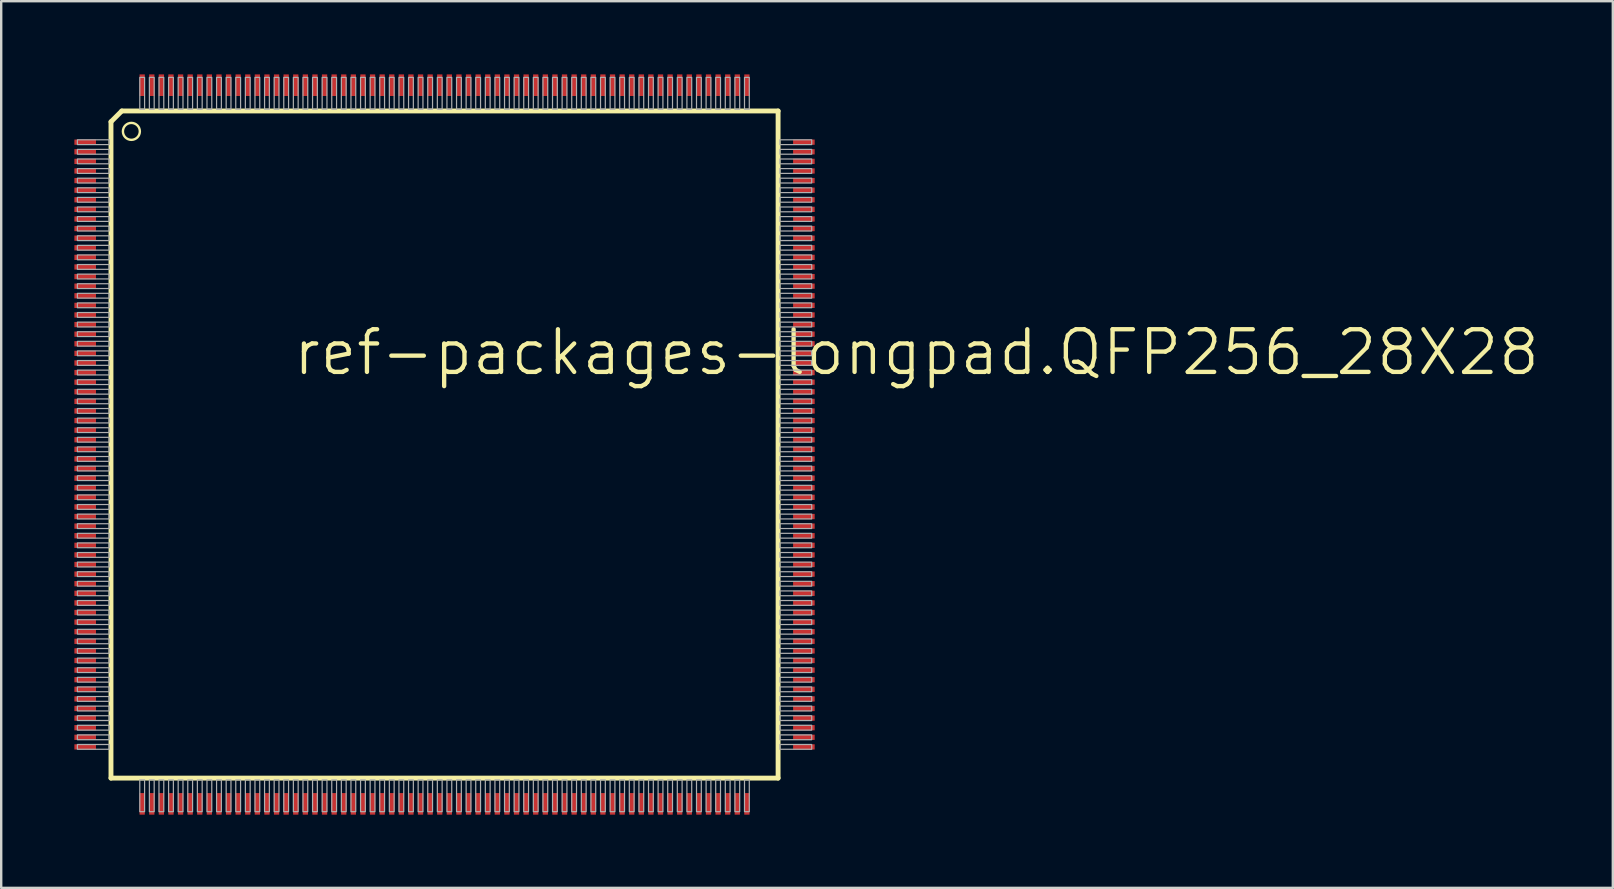
<source format=kicad_pcb>
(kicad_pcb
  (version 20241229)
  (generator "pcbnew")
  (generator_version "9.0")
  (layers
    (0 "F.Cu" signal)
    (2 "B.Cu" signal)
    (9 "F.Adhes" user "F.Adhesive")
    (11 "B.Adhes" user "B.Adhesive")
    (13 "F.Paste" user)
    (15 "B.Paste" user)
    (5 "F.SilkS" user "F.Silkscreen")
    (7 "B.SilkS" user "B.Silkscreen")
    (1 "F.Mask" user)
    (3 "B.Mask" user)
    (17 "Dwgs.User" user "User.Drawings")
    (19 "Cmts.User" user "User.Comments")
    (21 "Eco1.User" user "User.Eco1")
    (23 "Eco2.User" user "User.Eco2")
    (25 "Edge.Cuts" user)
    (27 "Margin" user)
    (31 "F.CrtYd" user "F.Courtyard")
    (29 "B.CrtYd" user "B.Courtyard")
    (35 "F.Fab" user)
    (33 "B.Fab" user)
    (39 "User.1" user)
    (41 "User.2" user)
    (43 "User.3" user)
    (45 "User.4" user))
  (footprint "ref-packages-longpad.QFP256_28X28"
    (layer "F.Cu")
    (at 15.475 15.475)
    (property "Reference" "ref-packages-longpad.QFP256_28X28" (at -6.4 -2.8 0) (layer "F.SilkS") (effects (font (size 1.778 1.778) (thickness 0.18)) (justify left bottom)))
    (attr smd)
    (fp_rect (start -15.45 -12.475) (end -14.5 -12.725) (stroke (width 0.05) (type default)) (fill yes) (layer "F.Mask"))
    (fp_rect (start -15.45 -12.075) (end -14.5 -12.325) (stroke (width 0.05) (type default)) (fill yes) (layer "F.Mask"))
    (fp_rect (start -15.45 -11.675) (end -14.5 -11.925) (stroke (width 0.05) (type default)) (fill yes) (layer "F.Mask"))
    (fp_rect (start -15.45 -11.275) (end -14.5 -11.525) (stroke (width 0.05) (type default)) (fill yes) (layer "F.Mask"))
    (fp_rect (start -15.45 -10.875) (end -14.5 -11.125) (stroke (width 0.05) (type default)) (fill yes) (layer "F.Mask"))
    (fp_rect (start -15.45 -10.475) (end -14.5 -10.725) (stroke (width 0.05) (type default)) (fill yes) (layer "F.Mask"))
    (fp_rect (start -15.45 -10.075) (end -14.5 -10.325) (stroke (width 0.05) (type default)) (fill yes) (layer "F.Mask"))
    (fp_rect (start -15.45 -9.675) (end -14.5 -9.925) (stroke (width 0.05) (type default)) (fill yes) (layer "F.Mask"))
    (fp_rect (start -15.45 -9.275) (end -14.5 -9.525) (stroke (width 0.05) (type default)) (fill yes) (layer "F.Mask"))
    (fp_rect (start -15.45 -8.875) (end -14.5 -9.125) (stroke (width 0.05) (type default)) (fill yes) (layer "F.Mask"))
    (fp_rect (start -15.45 -8.475) (end -14.5 -8.725) (stroke (width 0.05) (type default)) (fill yes) (layer "F.Mask"))
    (fp_rect (start -15.45 -8.075) (end -14.5 -8.325) (stroke (width 0.05) (type default)) (fill yes) (layer "F.Mask"))
    (fp_rect (start -15.45 -7.675) (end -14.5 -7.925) (stroke (width 0.05) (type default)) (fill yes) (layer "F.Mask"))
    (fp_rect (start -15.45 -7.275) (end -14.5 -7.525) (stroke (width 0.05) (type default)) (fill yes) (layer "F.Mask"))
    (fp_rect (start -15.45 -6.875) (end -14.5 -7.125) (stroke (width 0.05) (type default)) (fill yes) (layer "F.Mask"))
    (fp_rect (start -15.45 -6.475) (end -14.5 -6.725) (stroke (width 0.05) (type default)) (fill yes) (layer "F.Mask"))
    (fp_rect (start -15.45 -6.075) (end -14.5 -6.325) (stroke (width 0.05) (type default)) (fill yes) (layer "F.Mask"))
    (fp_rect (start -15.45 -5.675) (end -14.5 -5.925) (stroke (width 0.05) (type default)) (fill yes) (layer "F.Mask"))
    (fp_rect (start -15.45 -5.275) (end -14.5 -5.525) (stroke (width 0.05) (type default)) (fill yes) (layer "F.Mask"))
    (fp_rect (start -15.45 -4.875) (end -14.5 -5.125) (stroke (width 0.05) (type default)) (fill yes) (layer "F.Mask"))
    (fp_rect (start -15.45 -4.475) (end -14.5 -4.725) (stroke (width 0.05) (type default)) (fill yes) (layer "F.Mask"))
    (fp_rect (start -15.45 -4.075) (end -14.5 -4.325) (stroke (width 0.05) (type default)) (fill yes) (layer "F.Mask"))
    (fp_rect (start -15.45 -3.675) (end -14.5 -3.925) (stroke (width 0.05) (type default)) (fill yes) (layer "F.Mask"))
    (fp_rect (start -15.45 -3.275) (end -14.5 -3.525) (stroke (width 0.05) (type default)) (fill yes) (layer "F.Mask"))
    (fp_rect (start -15.45 -2.875) (end -14.5 -3.125) (stroke (width 0.05) (type default)) (fill yes) (layer "F.Mask"))
    (fp_rect (start -15.45 -2.475) (end -14.5 -2.725) (stroke (width 0.05) (type default)) (fill yes) (layer "F.Mask"))
    (fp_rect (start -15.45 -2.075) (end -14.5 -2.325) (stroke (width 0.05) (type default)) (fill yes) (layer "F.Mask"))
    (fp_rect (start -15.45 -1.675) (end -14.5 -1.925) (stroke (width 0.05) (type default)) (fill yes) (layer "F.Mask"))
    (fp_rect (start -15.45 -1.275) (end -14.5 -1.525) (stroke (width 0.05) (type default)) (fill yes) (layer "F.Mask"))
    (fp_rect (start -15.45 -0.875) (end -14.5 -1.125) (stroke (width 0.05) (type default)) (fill yes) (layer "F.Mask"))
    (fp_rect (start -15.45 -0.475) (end -14.5 -0.725) (stroke (width 0.05) (type default)) (fill yes) (layer "F.Mask"))
    (fp_rect (start -15.45 -0.075) (end -14.5 -0.325) (stroke (width 0.05) (type default)) (fill yes) (layer "F.Mask"))
    (fp_rect (start -15.45 0.325) (end -14.5 0.075) (stroke (width 0.05) (type default)) (fill yes) (layer "F.Mask"))
    (fp_rect (start -15.45 0.725) (end -14.5 0.475) (stroke (width 0.05) (type default)) (fill yes) (layer "F.Mask"))
    (fp_rect (start -15.45 1.125) (end -14.5 0.875) (stroke (width 0.05) (type default)) (fill yes) (layer "F.Mask"))
    (fp_rect (start -15.45 1.525) (end -14.5 1.275) (stroke (width 0.05) (type default)) (fill yes) (layer "F.Mask"))
    (fp_rect (start -15.45 1.925) (end -14.5 1.675) (stroke (width 0.05) (type default)) (fill yes) (layer "F.Mask"))
    (fp_rect (start -15.45 2.325) (end -14.5 2.075) (stroke (width 0.05) (type default)) (fill yes) (layer "F.Mask"))
    (fp_rect (start -15.45 2.725) (end -14.5 2.475) (stroke (width 0.05) (type default)) (fill yes) (layer "F.Mask"))
    (fp_rect (start -15.45 3.125) (end -14.5 2.875) (stroke (width 0.05) (type default)) (fill yes) (layer "F.Mask"))
    (fp_rect (start -15.45 3.525) (end -14.5 3.275) (stroke (width 0.05) (type default)) (fill yes) (layer "F.Mask"))
    (fp_rect (start -15.45 3.925) (end -14.5 3.675) (stroke (width 0.05) (type default)) (fill yes) (layer "F.Mask"))
    (fp_rect (start -15.45 4.325) (end -14.5 4.075) (stroke (width 0.05) (type default)) (fill yes) (layer "F.Mask"))
    (fp_rect (start -15.45 4.725) (end -14.5 4.475) (stroke (width 0.05) (type default)) (fill yes) (layer "F.Mask"))
    (fp_rect (start -15.45 5.125) (end -14.5 4.875) (stroke (width 0.05) (type default)) (fill yes) (layer "F.Mask"))
    (fp_rect (start -15.45 5.525) (end -14.5 5.275) (stroke (width 0.05) (type default)) (fill yes) (layer "F.Mask"))
    (fp_rect (start -15.45 5.925) (end -14.5 5.675) (stroke (width 0.05) (type default)) (fill yes) (layer "F.Mask"))
    (fp_rect (start -15.45 6.325) (end -14.5 6.075) (stroke (width 0.05) (type default)) (fill yes) (layer "F.Mask"))
    (fp_rect (start -15.45 6.725) (end -14.5 6.475) (stroke (width 0.05) (type default)) (fill yes) (layer "F.Mask"))
    (fp_rect (start -15.45 7.125) (end -14.5 6.875) (stroke (width 0.05) (type default)) (fill yes) (layer "F.Mask"))
    (fp_rect (start -15.45 7.525) (end -14.5 7.275) (stroke (width 0.05) (type default)) (fill yes) (layer "F.Mask"))
    (fp_rect (start -15.45 7.925) (end -14.5 7.675) (stroke (width 0.05) (type default)) (fill yes) (layer "F.Mask"))
    (fp_rect (start -15.45 8.325) (end -14.5 8.075) (stroke (width 0.05) (type default)) (fill yes) (layer "F.Mask"))
    (fp_rect (start -15.45 8.725) (end -14.5 8.475) (stroke (width 0.05) (type default)) (fill yes) (layer "F.Mask"))
    (fp_rect (start -15.45 9.125) (end -14.5 8.875) (stroke (width 0.05) (type default)) (fill yes) (layer "F.Mask"))
    (fp_rect (start -15.45 9.525) (end -14.5 9.275) (stroke (width 0.05) (type default)) (fill yes) (layer "F.Mask"))
    (fp_rect (start -15.45 9.925) (end -14.5 9.675) (stroke (width 0.05) (type default)) (fill yes) (layer "F.Mask"))
    (fp_rect (start -15.45 10.325) (end -14.5 10.075) (stroke (width 0.05) (type default)) (fill yes) (layer "F.Mask"))
    (fp_rect (start -15.45 10.725) (end -14.5 10.475) (stroke (width 0.05) (type default)) (fill yes) (layer "F.Mask"))
    (fp_rect (start -15.45 11.125) (end -14.5 10.875) (stroke (width 0.05) (type default)) (fill yes) (layer "F.Mask"))
    (fp_rect (start -15.45 11.525) (end -14.5 11.275) (stroke (width 0.05) (type default)) (fill yes) (layer "F.Mask"))
    (fp_rect (start -15.45 11.925) (end -14.5 11.675) (stroke (width 0.05) (type default)) (fill yes) (layer "F.Mask"))
    (fp_rect (start -15.45 12.325) (end -14.5 12.075) (stroke (width 0.05) (type default)) (fill yes) (layer "F.Mask"))
    (fp_rect (start -15.45 12.725) (end -14.5 12.475) (stroke (width 0.05) (type default)) (fill yes) (layer "F.Mask"))
    (fp_rect (start -12.725 -14.5) (end -12.475 -15.45) (stroke (width 0.05) (type default)) (fill yes) (layer "F.Mask"))
    (fp_rect (start -12.725 15.45) (end -12.475 14.5) (stroke (width 0.05) (type default)) (fill yes) (layer "F.Mask"))
    (fp_rect (start -12.325 -14.5) (end -12.075 -15.45) (stroke (width 0.05) (type default)) (fill yes) (layer "F.Mask"))
    (fp_rect (start -12.325 15.45) (end -12.075 14.5) (stroke (width 0.05) (type default)) (fill yes) (layer "F.Mask"))
    (fp_rect (start -11.925 -14.5) (end -11.675 -15.45) (stroke (width 0.05) (type default)) (fill yes) (layer "F.Mask"))
    (fp_rect (start -11.925 15.45) (end -11.675 14.5) (stroke (width 0.05) (type default)) (fill yes) (layer "F.Mask"))
    (fp_rect (start -11.525 -14.5) (end -11.275 -15.45) (stroke (width 0.05) (type default)) (fill yes) (layer "F.Mask"))
    (fp_rect (start -11.525 15.45) (end -11.275 14.5) (stroke (width 0.05) (type default)) (fill yes) (layer "F.Mask"))
    (fp_rect (start -11.125 -14.5) (end -10.875 -15.45) (stroke (width 0.05) (type default)) (fill yes) (layer "F.Mask"))
    (fp_rect (start -11.125 15.45) (end -10.875 14.5) (stroke (width 0.05) (type default)) (fill yes) (layer "F.Mask"))
    (fp_rect (start -10.725 -14.5) (end -10.475 -15.45) (stroke (width 0.05) (type default)) (fill yes) (layer "F.Mask"))
    (fp_rect (start -10.725 15.45) (end -10.475 14.5) (stroke (width 0.05) (type default)) (fill yes) (layer "F.Mask"))
    (fp_rect (start -10.325 -14.5) (end -10.075 -15.45) (stroke (width 0.05) (type default)) (fill yes) (layer "F.Mask"))
    (fp_rect (start -10.325 15.45) (end -10.075 14.5) (stroke (width 0.05) (type default)) (fill yes) (layer "F.Mask"))
    (fp_rect (start -9.925 -14.5) (end -9.675 -15.45) (stroke (width 0.05) (type default)) (fill yes) (layer "F.Mask"))
    (fp_rect (start -9.925 15.45) (end -9.675 14.5) (stroke (width 0.05) (type default)) (fill yes) (layer "F.Mask"))
    (fp_rect (start -9.525 -14.5) (end -9.275 -15.45) (stroke (width 0.05) (type default)) (fill yes) (layer "F.Mask"))
    (fp_rect (start -9.525 15.45) (end -9.275 14.5) (stroke (width 0.05) (type default)) (fill yes) (layer "F.Mask"))
    (fp_rect (start -9.125 -14.5) (end -8.875 -15.45) (stroke (width 0.05) (type default)) (fill yes) (layer "F.Mask"))
    (fp_rect (start -9.125 15.45) (end -8.875 14.5) (stroke (width 0.05) (type default)) (fill yes) (layer "F.Mask"))
    (fp_rect (start -8.725 -14.5) (end -8.475 -15.45) (stroke (width 0.05) (type default)) (fill yes) (layer "F.Mask"))
    (fp_rect (start -8.725 15.45) (end -8.475 14.5) (stroke (width 0.05) (type default)) (fill yes) (layer "F.Mask"))
    (fp_rect (start -8.325 -14.5) (end -8.075 -15.45) (stroke (width 0.05) (type default)) (fill yes) (layer "F.Mask"))
    (fp_rect (start -8.325 15.45) (end -8.075 14.5) (stroke (width 0.05) (type default)) (fill yes) (layer "F.Mask"))
    (fp_rect (start -7.925 -14.5) (end -7.675 -15.45) (stroke (width 0.05) (type default)) (fill yes) (layer "F.Mask"))
    (fp_rect (start -7.925 15.45) (end -7.675 14.5) (stroke (width 0.05) (type default)) (fill yes) (layer "F.Mask"))
    (fp_rect (start -7.525 -14.5) (end -7.275 -15.45) (stroke (width 0.05) (type default)) (fill yes) (layer "F.Mask"))
    (fp_rect (start -7.525 15.45) (end -7.275 14.5) (stroke (width 0.05) (type default)) (fill yes) (layer "F.Mask"))
    (fp_rect (start -7.125 -14.5) (end -6.875 -15.45) (stroke (width 0.05) (type default)) (fill yes) (layer "F.Mask"))
    (fp_rect (start -7.125 15.45) (end -6.875 14.5) (stroke (width 0.05) (type default)) (fill yes) (layer "F.Mask"))
    (fp_rect (start -6.725 -14.5) (end -6.475 -15.45) (stroke (width 0.05) (type default)) (fill yes) (layer "F.Mask"))
    (fp_rect (start -6.725 15.45) (end -6.475 14.5) (stroke (width 0.05) (type default)) (fill yes) (layer "F.Mask"))
    (fp_rect (start -6.325 -14.5) (end -6.075 -15.45) (stroke (width 0.05) (type default)) (fill yes) (layer "F.Mask"))
    (fp_rect (start -6.325 15.45) (end -6.075 14.5) (stroke (width 0.05) (type default)) (fill yes) (layer "F.Mask"))
    (fp_rect (start -5.925 -14.5) (end -5.675 -15.45) (stroke (width 0.05) (type default)) (fill yes) (layer "F.Mask"))
    (fp_rect (start -5.925 15.45) (end -5.675 14.5) (stroke (width 0.05) (type default)) (fill yes) (layer "F.Mask"))
    (fp_rect (start -5.525 -14.5) (end -5.275 -15.45) (stroke (width 0.05) (type default)) (fill yes) (layer "F.Mask"))
    (fp_rect (start -5.525 15.45) (end -5.275 14.5) (stroke (width 0.05) (type default)) (fill yes) (layer "F.Mask"))
    (fp_rect (start -5.125 -14.5) (end -4.875 -15.45) (stroke (width 0.05) (type default)) (fill yes) (layer "F.Mask"))
    (fp_rect (start -5.125 15.45) (end -4.875 14.5) (stroke (width 0.05) (type default)) (fill yes) (layer "F.Mask"))
    (fp_rect (start -4.725 -14.5) (end -4.475 -15.45) (stroke (width 0.05) (type default)) (fill yes) (layer "F.Mask"))
    (fp_rect (start -4.725 15.45) (end -4.475 14.5) (stroke (width 0.05) (type default)) (fill yes) (layer "F.Mask"))
    (fp_rect (start -4.325 -14.5) (end -4.075 -15.45) (stroke (width 0.05) (type default)) (fill yes) (layer "F.Mask"))
    (fp_rect (start -4.325 15.45) (end -4.075 14.5) (stroke (width 0.05) (type default)) (fill yes) (layer "F.Mask"))
    (fp_rect (start -3.925 -14.5) (end -3.675 -15.45) (stroke (width 0.05) (type default)) (fill yes) (layer "F.Mask"))
    (fp_rect (start -3.925 15.45) (end -3.675 14.5) (stroke (width 0.05) (type default)) (fill yes) (layer "F.Mask"))
    (fp_rect (start -3.525 -14.5) (end -3.275 -15.45) (stroke (width 0.05) (type default)) (fill yes) (layer "F.Mask"))
    (fp_rect (start -3.525 15.45) (end -3.275 14.5) (stroke (width 0.05) (type default)) (fill yes) (layer "F.Mask"))
    (fp_rect (start -3.125 -14.5) (end -2.875 -15.45) (stroke (width 0.05) (type default)) (fill yes) (layer "F.Mask"))
    (fp_rect (start -3.125 15.45) (end -2.875 14.5) (stroke (width 0.05) (type default)) (fill yes) (layer "F.Mask"))
    (fp_rect (start -2.725 -14.5) (end -2.475 -15.45) (stroke (width 0.05) (type default)) (fill yes) (layer "F.Mask"))
    (fp_rect (start -2.725 15.45) (end -2.475 14.5) (stroke (width 0.05) (type default)) (fill yes) (layer "F.Mask"))
    (fp_rect (start -2.325 -14.5) (end -2.075 -15.45) (stroke (width 0.05) (type default)) (fill yes) (layer "F.Mask"))
    (fp_rect (start -2.325 15.45) (end -2.075 14.5) (stroke (width 0.05) (type default)) (fill yes) (layer "F.Mask"))
    (fp_rect (start -1.925 -14.5) (end -1.675 -15.45) (stroke (width 0.05) (type default)) (fill yes) (layer "F.Mask"))
    (fp_rect (start -1.925 15.45) (end -1.675 14.5) (stroke (width 0.05) (type default)) (fill yes) (layer "F.Mask"))
    (fp_rect (start -1.525 -14.5) (end -1.275 -15.45) (stroke (width 0.05) (type default)) (fill yes) (layer "F.Mask"))
    (fp_rect (start -1.525 15.45) (end -1.275 14.5) (stroke (width 0.05) (type default)) (fill yes) (layer "F.Mask"))
    (fp_rect (start -1.125 -14.5) (end -0.875 -15.45) (stroke (width 0.05) (type default)) (fill yes) (layer "F.Mask"))
    (fp_rect (start -1.125 15.45) (end -0.875 14.5) (stroke (width 0.05) (type default)) (fill yes) (layer "F.Mask"))
    (fp_rect (start -0.725 -14.5) (end -0.475 -15.45) (stroke (width 0.05) (type default)) (fill yes) (layer "F.Mask"))
    (fp_rect (start -0.725 15.45) (end -0.475 14.5) (stroke (width 0.05) (type default)) (fill yes) (layer "F.Mask"))
    (fp_rect (start -0.325 -14.5) (end -0.075 -15.45) (stroke (width 0.05) (type default)) (fill yes) (layer "F.Mask"))
    (fp_rect (start -0.325 15.45) (end -0.075 14.5) (stroke (width 0.05) (type default)) (fill yes) (layer "F.Mask"))
    (fp_rect (start 0.075 -14.5) (end 0.325 -15.45) (stroke (width 0.05) (type default)) (fill yes) (layer "F.Mask"))
    (fp_rect (start 0.075 15.45) (end 0.325 14.5) (stroke (width 0.05) (type default)) (fill yes) (layer "F.Mask"))
    (fp_rect (start 0.475 -14.5) (end 0.725 -15.45) (stroke (width 0.05) (type default)) (fill yes) (layer "F.Mask"))
    (fp_rect (start 0.475 15.45) (end 0.725 14.5) (stroke (width 0.05) (type default)) (fill yes) (layer "F.Mask"))
    (fp_rect (start 0.875 -14.5) (end 1.125 -15.45) (stroke (width 0.05) (type default)) (fill yes) (layer "F.Mask"))
    (fp_rect (start 0.875 15.45) (end 1.125 14.5) (stroke (width 0.05) (type default)) (fill yes) (layer "F.Mask"))
    (fp_rect (start 1.275 -14.5) (end 1.525 -15.45) (stroke (width 0.05) (type default)) (fill yes) (layer "F.Mask"))
    (fp_rect (start 1.275 15.45) (end 1.525 14.5) (stroke (width 0.05) (type default)) (fill yes) (layer "F.Mask"))
    (fp_rect (start 1.675 -14.5) (end 1.925 -15.45) (stroke (width 0.05) (type default)) (fill yes) (layer "F.Mask"))
    (fp_rect (start 1.675 15.45) (end 1.925 14.5) (stroke (width 0.05) (type default)) (fill yes) (layer "F.Mask"))
    (fp_rect (start 2.075 -14.5) (end 2.325 -15.45) (stroke (width 0.05) (type default)) (fill yes) (layer "F.Mask"))
    (fp_rect (start 2.075 15.45) (end 2.325 14.5) (stroke (width 0.05) (type default)) (fill yes) (layer "F.Mask"))
    (fp_rect (start 2.475 -14.5) (end 2.725 -15.45) (stroke (width 0.05) (type default)) (fill yes) (layer "F.Mask"))
    (fp_rect (start 2.475 15.45) (end 2.725 14.5) (stroke (width 0.05) (type default)) (fill yes) (layer "F.Mask"))
    (fp_rect (start 2.875 -14.5) (end 3.125 -15.45) (stroke (width 0.05) (type default)) (fill yes) (layer "F.Mask"))
    (fp_rect (start 2.875 15.45) (end 3.125 14.5) (stroke (width 0.05) (type default)) (fill yes) (layer "F.Mask"))
    (fp_rect (start 3.275 -14.5) (end 3.525 -15.45) (stroke (width 0.05) (type default)) (fill yes) (layer "F.Mask"))
    (fp_rect (start 3.275 15.45) (end 3.525 14.5) (stroke (width 0.05) (type default)) (fill yes) (layer "F.Mask"))
    (fp_rect (start 3.675 -14.5) (end 3.925 -15.45) (stroke (width 0.05) (type default)) (fill yes) (layer "F.Mask"))
    (fp_rect (start 3.675 15.45) (end 3.925 14.5) (stroke (width 0.05) (type default)) (fill yes) (layer "F.Mask"))
    (fp_rect (start 4.075 -14.5) (end 4.325 -15.45) (stroke (width 0.05) (type default)) (fill yes) (layer "F.Mask"))
    (fp_rect (start 4.075 15.45) (end 4.325 14.5) (stroke (width 0.05) (type default)) (fill yes) (layer "F.Mask"))
    (fp_rect (start 4.475 -14.5) (end 4.725 -15.45) (stroke (width 0.05) (type default)) (fill yes) (layer "F.Mask"))
    (fp_rect (start 4.475 15.45) (end 4.725 14.5) (stroke (width 0.05) (type default)) (fill yes) (layer "F.Mask"))
    (fp_rect (start 4.875 -14.5) (end 5.125 -15.45) (stroke (width 0.05) (type default)) (fill yes) (layer "F.Mask"))
    (fp_rect (start 4.875 15.45) (end 5.125 14.5) (stroke (width 0.05) (type default)) (fill yes) (layer "F.Mask"))
    (fp_rect (start 5.275 -14.5) (end 5.525 -15.45) (stroke (width 0.05) (type default)) (fill yes) (layer "F.Mask"))
    (fp_rect (start 5.275 15.45) (end 5.525 14.5) (stroke (width 0.05) (type default)) (fill yes) (layer "F.Mask"))
    (fp_rect (start 5.675 -14.5) (end 5.925 -15.45) (stroke (width 0.05) (type default)) (fill yes) (layer "F.Mask"))
    (fp_rect (start 5.675 15.45) (end 5.925 14.5) (stroke (width 0.05) (type default)) (fill yes) (layer "F.Mask"))
    (fp_rect (start 6.075 -14.5) (end 6.325 -15.45) (stroke (width 0.05) (type default)) (fill yes) (layer "F.Mask"))
    (fp_rect (start 6.075 15.45) (end 6.325 14.5) (stroke (width 0.05) (type default)) (fill yes) (layer "F.Mask"))
    (fp_rect (start 6.475 -14.5) (end 6.725 -15.45) (stroke (width 0.05) (type default)) (fill yes) (layer "F.Mask"))
    (fp_rect (start 6.475 15.45) (end 6.725 14.5) (stroke (width 0.05) (type default)) (fill yes) (layer "F.Mask"))
    (fp_rect (start 6.875 -14.5) (end 7.125 -15.45) (stroke (width 0.05) (type default)) (fill yes) (layer "F.Mask"))
    (fp_rect (start 6.875 15.45) (end 7.125 14.5) (stroke (width 0.05) (type default)) (fill yes) (layer "F.Mask"))
    (fp_rect (start 7.275 -14.5) (end 7.525 -15.45) (stroke (width 0.05) (type default)) (fill yes) (layer "F.Mask"))
    (fp_rect (start 7.275 15.45) (end 7.525 14.5) (stroke (width 0.05) (type default)) (fill yes) (layer "F.Mask"))
    (fp_rect (start 7.675 -14.5) (end 7.925 -15.45) (stroke (width 0.05) (type default)) (fill yes) (layer "F.Mask"))
    (fp_rect (start 7.675 15.45) (end 7.925 14.5) (stroke (width 0.05) (type default)) (fill yes) (layer "F.Mask"))
    (fp_rect (start 8.075 -14.5) (end 8.325 -15.45) (stroke (width 0.05) (type default)) (fill yes) (layer "F.Mask"))
    (fp_rect (start 8.075 15.45) (end 8.325 14.5) (stroke (width 0.05) (type default)) (fill yes) (layer "F.Mask"))
    (fp_rect (start 8.475 -14.5) (end 8.725 -15.45) (stroke (width 0.05) (type default)) (fill yes) (layer "F.Mask"))
    (fp_rect (start 8.475 15.45) (end 8.725 14.5) (stroke (width 0.05) (type default)) (fill yes) (layer "F.Mask"))
    (fp_rect (start 8.875 -14.5) (end 9.125 -15.45) (stroke (width 0.05) (type default)) (fill yes) (layer "F.Mask"))
    (fp_rect (start 8.875 15.45) (end 9.125 14.5) (stroke (width 0.05) (type default)) (fill yes) (layer "F.Mask"))
    (fp_rect (start 9.275 -14.5) (end 9.525 -15.45) (stroke (width 0.05) (type default)) (fill yes) (layer "F.Mask"))
    (fp_rect (start 9.275 15.45) (end 9.525 14.5) (stroke (width 0.05) (type default)) (fill yes) (layer "F.Mask"))
    (fp_rect (start 9.675 -14.5) (end 9.925 -15.45) (stroke (width 0.05) (type default)) (fill yes) (layer "F.Mask"))
    (fp_rect (start 9.675 15.45) (end 9.925 14.5) (stroke (width 0.05) (type default)) (fill yes) (layer "F.Mask"))
    (fp_rect (start 10.075 -14.5) (end 10.325 -15.45) (stroke (width 0.05) (type default)) (fill yes) (layer "F.Mask"))
    (fp_rect (start 10.075 15.45) (end 10.325 14.5) (stroke (width 0.05) (type default)) (fill yes) (layer "F.Mask"))
    (fp_rect (start 10.475 -14.5) (end 10.725 -15.45) (stroke (width 0.05) (type default)) (fill yes) (layer "F.Mask"))
    (fp_rect (start 10.475 15.45) (end 10.725 14.5) (stroke (width 0.05) (type default)) (fill yes) (layer "F.Mask"))
    (fp_rect (start 10.875 -14.5) (end 11.125 -15.45) (stroke (width 0.05) (type default)) (fill yes) (layer "F.Mask"))
    (fp_rect (start 10.875 15.45) (end 11.125 14.5) (stroke (width 0.05) (type default)) (fill yes) (layer "F.Mask"))
    (fp_rect (start 11.275 -14.5) (end 11.525 -15.45) (stroke (width 0.05) (type default)) (fill yes) (layer "F.Mask"))
    (fp_rect (start 11.275 15.45) (end 11.525 14.5) (stroke (width 0.05) (type default)) (fill yes) (layer "F.Mask"))
    (fp_rect (start 11.675 -14.5) (end 11.925 -15.45) (stroke (width 0.05) (type default)) (fill yes) (layer "F.Mask"))
    (fp_rect (start 11.675 15.45) (end 11.925 14.5) (stroke (width 0.05) (type default)) (fill yes) (layer "F.Mask"))
    (fp_rect (start 12.075 -14.5) (end 12.325 -15.45) (stroke (width 0.05) (type default)) (fill yes) (layer "F.Mask"))
    (fp_rect (start 12.075 15.45) (end 12.325 14.5) (stroke (width 0.05) (type default)) (fill yes) (layer "F.Mask"))
    (fp_rect (start 12.475 -14.5) (end 12.725 -15.45) (stroke (width 0.05) (type default)) (fill yes) (layer "F.Mask"))
    (fp_rect (start 12.475 15.45) (end 12.725 14.5) (stroke (width 0.05) (type default)) (fill yes) (layer "F.Mask"))
    (fp_rect (start 14.5 -12.475) (end 15.45 -12.725) (stroke (width 0.05) (type default)) (fill yes) (layer "F.Mask"))
    (fp_rect (start 14.5 -12.075) (end 15.45 -12.325) (stroke (width 0.05) (type default)) (fill yes) (layer "F.Mask"))
    (fp_rect (start 14.5 -11.675) (end 15.45 -11.925) (stroke (width 0.05) (type default)) (fill yes) (layer "F.Mask"))
    (fp_rect (start 14.5 -11.275) (end 15.45 -11.525) (stroke (width 0.05) (type default)) (fill yes) (layer "F.Mask"))
    (fp_rect (start 14.5 -10.875) (end 15.45 -11.125) (stroke (width 0.05) (type default)) (fill yes) (layer "F.Mask"))
    (fp_rect (start 14.5 -10.475) (end 15.45 -10.725) (stroke (width 0.05) (type default)) (fill yes) (layer "F.Mask"))
    (fp_rect (start 14.5 -10.075) (end 15.45 -10.325) (stroke (width 0.05) (type default)) (fill yes) (layer "F.Mask"))
    (fp_rect (start 14.5 -9.675) (end 15.45 -9.925) (stroke (width 0.05) (type default)) (fill yes) (layer "F.Mask"))
    (fp_rect (start 14.5 -9.275) (end 15.45 -9.525) (stroke (width 0.05) (type default)) (fill yes) (layer "F.Mask"))
    (fp_rect (start 14.5 -8.875) (end 15.45 -9.125) (stroke (width 0.05) (type default)) (fill yes) (layer "F.Mask"))
    (fp_rect (start 14.5 -8.475) (end 15.45 -8.725) (stroke (width 0.05) (type default)) (fill yes) (layer "F.Mask"))
    (fp_rect (start 14.5 -8.075) (end 15.45 -8.325) (stroke (width 0.05) (type default)) (fill yes) (layer "F.Mask"))
    (fp_rect (start 14.5 -7.675) (end 15.45 -7.925) (stroke (width 0.05) (type default)) (fill yes) (layer "F.Mask"))
    (fp_rect (start 14.5 -7.275) (end 15.45 -7.525) (stroke (width 0.05) (type default)) (fill yes) (layer "F.Mask"))
    (fp_rect (start 14.5 -6.875) (end 15.45 -7.125) (stroke (width 0.05) (type default)) (fill yes) (layer "F.Mask"))
    (fp_rect (start 14.5 -6.475) (end 15.45 -6.725) (stroke (width 0.05) (type default)) (fill yes) (layer "F.Mask"))
    (fp_rect (start 14.5 -6.075) (end 15.45 -6.325) (stroke (width 0.05) (type default)) (fill yes) (layer "F.Mask"))
    (fp_rect (start 14.5 -5.675) (end 15.45 -5.925) (stroke (width 0.05) (type default)) (fill yes) (layer "F.Mask"))
    (fp_rect (start 14.5 -5.275) (end 15.45 -5.525) (stroke (width 0.05) (type default)) (fill yes) (layer "F.Mask"))
    (fp_rect (start 14.5 -4.875) (end 15.45 -5.125) (stroke (width 0.05) (type default)) (fill yes) (layer "F.Mask"))
    (fp_rect (start 14.5 -4.475) (end 15.45 -4.725) (stroke (width 0.05) (type default)) (fill yes) (layer "F.Mask"))
    (fp_rect (start 14.5 -4.075) (end 15.45 -4.325) (stroke (width 0.05) (type default)) (fill yes) (layer "F.Mask"))
    (fp_rect (start 14.5 -3.675) (end 15.45 -3.925) (stroke (width 0.05) (type default)) (fill yes) (layer "F.Mask"))
    (fp_rect (start 14.5 -3.275) (end 15.45 -3.525) (stroke (width 0.05) (type default)) (fill yes) (layer "F.Mask"))
    (fp_rect (start 14.5 -2.875) (end 15.45 -3.125) (stroke (width 0.05) (type default)) (fill yes) (layer "F.Mask"))
    (fp_rect (start 14.5 -2.475) (end 15.45 -2.725) (stroke (width 0.05) (type default)) (fill yes) (layer "F.Mask"))
    (fp_rect (start 14.5 -2.075) (end 15.45 -2.325) (stroke (width 0.05) (type default)) (fill yes) (layer "F.Mask"))
    (fp_rect (start 14.5 -1.675) (end 15.45 -1.925) (stroke (width 0.05) (type default)) (fill yes) (layer "F.Mask"))
    (fp_rect (start 14.5 -1.275) (end 15.45 -1.525) (stroke (width 0.05) (type default)) (fill yes) (layer "F.Mask"))
    (fp_rect (start 14.5 -0.875) (end 15.45 -1.125) (stroke (width 0.05) (type default)) (fill yes) (layer "F.Mask"))
    (fp_rect (start 14.5 -0.475) (end 15.45 -0.725) (stroke (width 0.05) (type default)) (fill yes) (layer "F.Mask"))
    (fp_rect (start 14.5 -0.075) (end 15.45 -0.325) (stroke (width 0.05) (type default)) (fill yes) (layer "F.Mask"))
    (fp_rect (start 14.5 0.325) (end 15.45 0.075) (stroke (width 0.05) (type default)) (fill yes) (layer "F.Mask"))
    (fp_rect (start 14.5 0.725) (end 15.45 0.475) (stroke (width 0.05) (type default)) (fill yes) (layer "F.Mask"))
    (fp_rect (start 14.5 1.125) (end 15.45 0.875) (stroke (width 0.05) (type default)) (fill yes) (layer "F.Mask"))
    (fp_rect (start 14.5 1.525) (end 15.45 1.275) (stroke (width 0.05) (type default)) (fill yes) (layer "F.Mask"))
    (fp_rect (start 14.5 1.925) (end 15.45 1.675) (stroke (width 0.05) (type default)) (fill yes) (layer "F.Mask"))
    (fp_rect (start 14.5 2.325) (end 15.45 2.075) (stroke (width 0.05) (type default)) (fill yes) (layer "F.Mask"))
    (fp_rect (start 14.5 2.725) (end 15.45 2.475) (stroke (width 0.05) (type default)) (fill yes) (layer "F.Mask"))
    (fp_rect (start 14.5 3.125) (end 15.45 2.875) (stroke (width 0.05) (type default)) (fill yes) (layer "F.Mask"))
    (fp_rect (start 14.5 3.525) (end 15.45 3.275) (stroke (width 0.05) (type default)) (fill yes) (layer "F.Mask"))
    (fp_rect (start 14.5 3.925) (end 15.45 3.675) (stroke (width 0.05) (type default)) (fill yes) (layer "F.Mask"))
    (fp_rect (start 14.5 4.325) (end 15.45 4.075) (stroke (width 0.05) (type default)) (fill yes) (layer "F.Mask"))
    (fp_rect (start 14.5 4.725) (end 15.45 4.475) (stroke (width 0.05) (type default)) (fill yes) (layer "F.Mask"))
    (fp_rect (start 14.5 5.125) (end 15.45 4.875) (stroke (width 0.05) (type default)) (fill yes) (layer "F.Mask"))
    (fp_rect (start 14.5 5.525) (end 15.45 5.275) (stroke (width 0.05) (type default)) (fill yes) (layer "F.Mask"))
    (fp_rect (start 14.5 5.925) (end 15.45 5.675) (stroke (width 0.05) (type default)) (fill yes) (layer "F.Mask"))
    (fp_rect (start 14.5 6.325) (end 15.45 6.075) (stroke (width 0.05) (type default)) (fill yes) (layer "F.Mask"))
    (fp_rect (start 14.5 6.725) (end 15.45 6.475) (stroke (width 0.05) (type default)) (fill yes) (layer "F.Mask"))
    (fp_rect (start 14.5 7.125) (end 15.45 6.875) (stroke (width 0.05) (type default)) (fill yes) (layer "F.Mask"))
    (fp_rect (start 14.5 7.525) (end 15.45 7.275) (stroke (width 0.05) (type default)) (fill yes) (layer "F.Mask"))
    (fp_rect (start 14.5 7.925) (end 15.45 7.675) (stroke (width 0.05) (type default)) (fill yes) (layer "F.Mask"))
    (fp_rect (start 14.5 8.325) (end 15.45 8.075) (stroke (width 0.05) (type default)) (fill yes) (layer "F.Mask"))
    (fp_rect (start 14.5 8.725) (end 15.45 8.475) (stroke (width 0.05) (type default)) (fill yes) (layer "F.Mask"))
    (fp_rect (start 14.5 9.125) (end 15.45 8.875) (stroke (width 0.05) (type default)) (fill yes) (layer "F.Mask"))
    (fp_rect (start 14.5 9.525) (end 15.45 9.275) (stroke (width 0.05) (type default)) (fill yes) (layer "F.Mask"))
    (fp_rect (start 14.5 9.925) (end 15.45 9.675) (stroke (width 0.05) (type default)) (fill yes) (layer "F.Mask"))
    (fp_rect (start 14.5 10.325) (end 15.45 10.075) (stroke (width 0.05) (type default)) (fill yes) (layer "F.Mask"))
    (fp_rect (start 14.5 10.725) (end 15.45 10.475) (stroke (width 0.05) (type default)) (fill yes) (layer "F.Mask"))
    (fp_rect (start 14.5 11.125) (end 15.45 10.875) (stroke (width 0.05) (type default)) (fill yes) (layer "F.Mask"))
    (fp_rect (start 14.5 11.525) (end 15.45 11.275) (stroke (width 0.05) (type default)) (fill yes) (layer "F.Mask"))
    (fp_rect (start 14.5 11.925) (end 15.45 11.675) (stroke (width 0.05) (type default)) (fill yes) (layer "F.Mask"))
    (fp_rect (start 14.5 12.325) (end 15.45 12.075) (stroke (width 0.05) (type default)) (fill yes) (layer "F.Mask"))
    (fp_rect (start 14.5 12.725) (end 15.45 12.475) (stroke (width 0.05) (type default)) (fill yes) (layer "F.Mask"))
    (fp_line (start -13.9 -13.45) (end -13.45 -13.9) (stroke (width 0.203) (type default)) (layer "F.SilkS"))
    (fp_line (start -13.9 13.9) (end -13.9 -13.45) (stroke (width 0.203) (type default)) (layer "F.SilkS"))
    (fp_line (start -13.45 -13.9) (end 13.9 -13.9) (stroke (width 0.203) (type default)) (layer "F.SilkS"))
    (fp_line (start 13.9 -13.9) (end 13.9 13.9) (stroke (width 0.203) (type default)) (layer "F.SilkS"))
    (fp_line (start 13.9 13.9) (end -13.9 13.9) (stroke (width 0.203) (type default)) (layer "F.SilkS"))
    (fp_circle (center -13.05 -13.05) (end -12.697 -13.05) (stroke (width 0.1) (type default)) (fill no) (layer "F.SilkS"))
    (fp_rect (start -15.3 -12.5) (end -13.975 -12.7) (stroke (width 0.05) (type default)) (fill no) (layer "F.Fab"))
    (fp_rect (start -15.3 -12.1) (end -13.975 -12.3) (stroke (width 0.05) (type default)) (fill no) (layer "F.Fab"))
    (fp_rect (start -15.3 -11.7) (end -13.975 -11.9) (stroke (width 0.05) (type default)) (fill no) (layer "F.Fab"))
    (fp_rect (start -15.3 -11.3) (end -13.975 -11.5) (stroke (width 0.05) (type default)) (fill no) (layer "F.Fab"))
    (fp_rect (start -15.3 -10.9) (end -13.975 -11.1) (stroke (width 0.05) (type default)) (fill no) (layer "F.Fab"))
    (fp_rect (start -15.3 -10.5) (end -13.975 -10.7) (stroke (width 0.05) (type default)) (fill no) (layer "F.Fab"))
    (fp_rect (start -15.3 -10.1) (end -13.975 -10.3) (stroke (width 0.05) (type default)) (fill no) (layer "F.Fab"))
    (fp_rect (start -15.3 -9.7) (end -13.975 -9.9) (stroke (width 0.05) (type default)) (fill no) (layer "F.Fab"))
    (fp_rect (start -15.3 -9.3) (end -13.975 -9.5) (stroke (width 0.05) (type default)) (fill no) (layer "F.Fab"))
    (fp_rect (start -15.3 -8.9) (end -13.975 -9.1) (stroke (width 0.05) (type default)) (fill no) (layer "F.Fab"))
    (fp_rect (start -15.3 -8.5) (end -13.975 -8.7) (stroke (width 0.05) (type default)) (fill no) (layer "F.Fab"))
    (fp_rect (start -15.3 -8.1) (end -13.975 -8.3) (stroke (width 0.05) (type default)) (fill no) (layer "F.Fab"))
    (fp_rect (start -15.3 -7.7) (end -13.975 -7.9) (stroke (width 0.05) (type default)) (fill no) (layer "F.Fab"))
    (fp_rect (start -15.3 -7.3) (end -13.975 -7.5) (stroke (width 0.05) (type default)) (fill no) (layer "F.Fab"))
    (fp_rect (start -15.3 -6.9) (end -13.975 -7.1) (stroke (width 0.05) (type default)) (fill no) (layer "F.Fab"))
    (fp_rect (start -15.3 -6.5) (end -13.975 -6.7) (stroke (width 0.05) (type default)) (fill no) (layer "F.Fab"))
    (fp_rect (start -15.3 -6.1) (end -13.975 -6.3) (stroke (width 0.05) (type default)) (fill no) (layer "F.Fab"))
    (fp_rect (start -15.3 -5.7) (end -13.975 -5.9) (stroke (width 0.05) (type default)) (fill no) (layer "F.Fab"))
    (fp_rect (start -15.3 -5.3) (end -13.975 -5.5) (stroke (width 0.05) (type default)) (fill no) (layer "F.Fab"))
    (fp_rect (start -15.3 -4.9) (end -13.975 -5.1) (stroke (width 0.05) (type default)) (fill no) (layer "F.Fab"))
    (fp_rect (start -15.3 -4.5) (end -13.975 -4.7) (stroke (width 0.05) (type default)) (fill no) (layer "F.Fab"))
    (fp_rect (start -15.3 -4.1) (end -13.975 -4.3) (stroke (width 0.05) (type default)) (fill no) (layer "F.Fab"))
    (fp_rect (start -15.3 -3.7) (end -13.975 -3.9) (stroke (width 0.05) (type default)) (fill no) (layer "F.Fab"))
    (fp_rect (start -15.3 -3.3) (end -13.975 -3.5) (stroke (width 0.05) (type default)) (fill no) (layer "F.Fab"))
    (fp_rect (start -15.3 -2.9) (end -13.975 -3.1) (stroke (width 0.05) (type default)) (fill no) (layer "F.Fab"))
    (fp_rect (start -15.3 -2.5) (end -13.975 -2.7) (stroke (width 0.05) (type default)) (fill no) (layer "F.Fab"))
    (fp_rect (start -15.3 -2.1) (end -13.975 -2.3) (stroke (width 0.05) (type default)) (fill no) (layer "F.Fab"))
    (fp_rect (start -15.3 -1.7) (end -13.975 -1.9) (stroke (width 0.05) (type default)) (fill no) (layer "F.Fab"))
    (fp_rect (start -15.3 -1.3) (end -13.975 -1.5) (stroke (width 0.05) (type default)) (fill no) (layer "F.Fab"))
    (fp_rect (start -15.3 -0.9) (end -13.975 -1.1) (stroke (width 0.05) (type default)) (fill no) (layer "F.Fab"))
    (fp_rect (start -15.3 -0.5) (end -13.975 -0.7) (stroke (width 0.05) (type default)) (fill no) (layer "F.Fab"))
    (fp_rect (start -15.3 -0.1) (end -13.975 -0.3) (stroke (width 0.05) (type default)) (fill no) (layer "F.Fab"))
    (fp_rect (start -15.3 0.3) (end -13.975 0.1) (stroke (width 0.05) (type default)) (fill no) (layer "F.Fab"))
    (fp_rect (start -15.3 0.7) (end -13.975 0.5) (stroke (width 0.05) (type default)) (fill no) (layer "F.Fab"))
    (fp_rect (start -15.3 1.1) (end -13.975 0.9) (stroke (width 0.05) (type default)) (fill no) (layer "F.Fab"))
    (fp_rect (start -15.3 1.5) (end -13.975 1.3) (stroke (width 0.05) (type default)) (fill no) (layer "F.Fab"))
    (fp_rect (start -15.3 1.9) (end -13.975 1.7) (stroke (width 0.05) (type default)) (fill no) (layer "F.Fab"))
    (fp_rect (start -15.3 2.3) (end -13.975 2.1) (stroke (width 0.05) (type default)) (fill no) (layer "F.Fab"))
    (fp_rect (start -15.3 2.7) (end -13.975 2.5) (stroke (width 0.05) (type default)) (fill no) (layer "F.Fab"))
    (fp_rect (start -15.3 3.1) (end -13.975 2.9) (stroke (width 0.05) (type default)) (fill no) (layer "F.Fab"))
    (fp_rect (start -15.3 3.5) (end -13.975 3.3) (stroke (width 0.05) (type default)) (fill no) (layer "F.Fab"))
    (fp_rect (start -15.3 3.9) (end -13.975 3.7) (stroke (width 0.05) (type default)) (fill no) (layer "F.Fab"))
    (fp_rect (start -15.3 4.3) (end -13.975 4.1) (stroke (width 0.05) (type default)) (fill no) (layer "F.Fab"))
    (fp_rect (start -15.3 4.7) (end -13.975 4.5) (stroke (width 0.05) (type default)) (fill no) (layer "F.Fab"))
    (fp_rect (start -15.3 5.1) (end -13.975 4.9) (stroke (width 0.05) (type default)) (fill no) (layer "F.Fab"))
    (fp_rect (start -15.3 5.5) (end -13.975 5.3) (stroke (width 0.05) (type default)) (fill no) (layer "F.Fab"))
    (fp_rect (start -15.3 5.9) (end -13.975 5.7) (stroke (width 0.05) (type default)) (fill no) (layer "F.Fab"))
    (fp_rect (start -15.3 6.3) (end -13.975 6.1) (stroke (width 0.05) (type default)) (fill no) (layer "F.Fab"))
    (fp_rect (start -15.3 6.7) (end -13.975 6.5) (stroke (width 0.05) (type default)) (fill no) (layer "F.Fab"))
    (fp_rect (start -15.3 7.1) (end -13.975 6.9) (stroke (width 0.05) (type default)) (fill no) (layer "F.Fab"))
    (fp_rect (start -15.3 7.5) (end -13.975 7.3) (stroke (width 0.05) (type default)) (fill no) (layer "F.Fab"))
    (fp_rect (start -15.3 7.9) (end -13.975 7.7) (stroke (width 0.05) (type default)) (fill no) (layer "F.Fab"))
    (fp_rect (start -15.3 8.3) (end -13.975 8.1) (stroke (width 0.05) (type default)) (fill no) (layer "F.Fab"))
    (fp_rect (start -15.3 8.7) (end -13.975 8.5) (stroke (width 0.05) (type default)) (fill no) (layer "F.Fab"))
    (fp_rect (start -15.3 9.1) (end -13.975 8.9) (stroke (width 0.05) (type default)) (fill no) (layer "F.Fab"))
    (fp_rect (start -15.3 9.5) (end -13.975 9.3) (stroke (width 0.05) (type default)) (fill no) (layer "F.Fab"))
    (fp_rect (start -15.3 9.9) (end -13.975 9.7) (stroke (width 0.05) (type default)) (fill no) (layer "F.Fab"))
    (fp_rect (start -15.3 10.3) (end -13.975 10.1) (stroke (width 0.05) (type default)) (fill no) (layer "F.Fab"))
    (fp_rect (start -15.3 10.7) (end -13.975 10.5) (stroke (width 0.05) (type default)) (fill no) (layer "F.Fab"))
    (fp_rect (start -15.3 11.1) (end -13.975 10.9) (stroke (width 0.05) (type default)) (fill no) (layer "F.Fab"))
    (fp_rect (start -15.3 11.5) (end -13.975 11.3) (stroke (width 0.05) (type default)) (fill no) (layer "F.Fab"))
    (fp_rect (start -15.3 11.9) (end -13.975 11.7) (stroke (width 0.05) (type default)) (fill no) (layer "F.Fab"))
    (fp_rect (start -15.3 12.3) (end -13.975 12.1) (stroke (width 0.05) (type default)) (fill no) (layer "F.Fab"))
    (fp_rect (start -15.3 12.7) (end -13.975 12.5) (stroke (width 0.05) (type default)) (fill no) (layer "F.Fab"))
    (fp_rect (start -12.7 -13.975) (end -12.5 -15.3) (stroke (width 0.05) (type default)) (fill no) (layer "F.Fab"))
    (fp_rect (start -12.7 15.3) (end -12.5 13.975) (stroke (width 0.05) (type default)) (fill no) (layer "F.Fab"))
    (fp_rect (start -12.3 -13.975) (end -12.1 -15.3) (stroke (width 0.05) (type default)) (fill no) (layer "F.Fab"))
    (fp_rect (start -12.3 15.3) (end -12.1 13.975) (stroke (width 0.05) (type default)) (fill no) (layer "F.Fab"))
    (fp_rect (start -11.9 -13.975) (end -11.7 -15.3) (stroke (width 0.05) (type default)) (fill no) (layer "F.Fab"))
    (fp_rect (start -11.9 15.3) (end -11.7 13.975) (stroke (width 0.05) (type default)) (fill no) (layer "F.Fab"))
    (fp_rect (start -11.5 -13.975) (end -11.3 -15.3) (stroke (width 0.05) (type default)) (fill no) (layer "F.Fab"))
    (fp_rect (start -11.5 15.3) (end -11.3 13.975) (stroke (width 0.05) (type default)) (fill no) (layer "F.Fab"))
    (fp_rect (start -11.1 -13.975) (end -10.9 -15.3) (stroke (width 0.05) (type default)) (fill no) (layer "F.Fab"))
    (fp_rect (start -11.1 15.3) (end -10.9 13.975) (stroke (width 0.05) (type default)) (fill no) (layer "F.Fab"))
    (fp_rect (start -10.7 -13.975) (end -10.5 -15.3) (stroke (width 0.05) (type default)) (fill no) (layer "F.Fab"))
    (fp_rect (start -10.7 15.3) (end -10.5 13.975) (stroke (width 0.05) (type default)) (fill no) (layer "F.Fab"))
    (fp_rect (start -10.3 -13.975) (end -10.1 -15.3) (stroke (width 0.05) (type default)) (fill no) (layer "F.Fab"))
    (fp_rect (start -10.3 15.3) (end -10.1 13.975) (stroke (width 0.05) (type default)) (fill no) (layer "F.Fab"))
    (fp_rect (start -9.9 -13.975) (end -9.7 -15.3) (stroke (width 0.05) (type default)) (fill no) (layer "F.Fab"))
    (fp_rect (start -9.9 15.3) (end -9.7 13.975) (stroke (width 0.05) (type default)) (fill no) (layer "F.Fab"))
    (fp_rect (start -9.5 -13.975) (end -9.3 -15.3) (stroke (width 0.05) (type default)) (fill no) (layer "F.Fab"))
    (fp_rect (start -9.5 15.3) (end -9.3 13.975) (stroke (width 0.05) (type default)) (fill no) (layer "F.Fab"))
    (fp_rect (start -9.1 -13.975) (end -8.9 -15.3) (stroke (width 0.05) (type default)) (fill no) (layer "F.Fab"))
    (fp_rect (start -9.1 15.3) (end -8.9 13.975) (stroke (width 0.05) (type default)) (fill no) (layer "F.Fab"))
    (fp_rect (start -8.7 -13.975) (end -8.5 -15.3) (stroke (width 0.05) (type default)) (fill no) (layer "F.Fab"))
    (fp_rect (start -8.7 15.3) (end -8.5 13.975) (stroke (width 0.05) (type default)) (fill no) (layer "F.Fab"))
    (fp_rect (start -8.3 -13.975) (end -8.1 -15.3) (stroke (width 0.05) (type default)) (fill no) (layer "F.Fab"))
    (fp_rect (start -8.3 15.3) (end -8.1 13.975) (stroke (width 0.05) (type default)) (fill no) (layer "F.Fab"))
    (fp_rect (start -7.9 -13.975) (end -7.7 -15.3) (stroke (width 0.05) (type default)) (fill no) (layer "F.Fab"))
    (fp_rect (start -7.9 15.3) (end -7.7 13.975) (stroke (width 0.05) (type default)) (fill no) (layer "F.Fab"))
    (fp_rect (start -7.5 -13.975) (end -7.3 -15.3) (stroke (width 0.05) (type default)) (fill no) (layer "F.Fab"))
    (fp_rect (start -7.5 15.3) (end -7.3 13.975) (stroke (width 0.05) (type default)) (fill no) (layer "F.Fab"))
    (fp_rect (start -7.1 -13.975) (end -6.9 -15.3) (stroke (width 0.05) (type default)) (fill no) (layer "F.Fab"))
    (fp_rect (start -7.1 15.3) (end -6.9 13.975) (stroke (width 0.05) (type default)) (fill no) (layer "F.Fab"))
    (fp_rect (start -6.7 -13.975) (end -6.5 -15.3) (stroke (width 0.05) (type default)) (fill no) (layer "F.Fab"))
    (fp_rect (start -6.7 15.3) (end -6.5 13.975) (stroke (width 0.05) (type default)) (fill no) (layer "F.Fab"))
    (fp_rect (start -6.3 -13.975) (end -6.1 -15.3) (stroke (width 0.05) (type default)) (fill no) (layer "F.Fab"))
    (fp_rect (start -6.3 15.3) (end -6.1 13.975) (stroke (width 0.05) (type default)) (fill no) (layer "F.Fab"))
    (fp_rect (start -5.9 -13.975) (end -5.7 -15.3) (stroke (width 0.05) (type default)) (fill no) (layer "F.Fab"))
    (fp_rect (start -5.9 15.3) (end -5.7 13.975) (stroke (width 0.05) (type default)) (fill no) (layer "F.Fab"))
    (fp_rect (start -5.5 -13.975) (end -5.3 -15.3) (stroke (width 0.05) (type default)) (fill no) (layer "F.Fab"))
    (fp_rect (start -5.5 15.3) (end -5.3 13.975) (stroke (width 0.05) (type default)) (fill no) (layer "F.Fab"))
    (fp_rect (start -5.1 -13.975) (end -4.9 -15.3) (stroke (width 0.05) (type default)) (fill no) (layer "F.Fab"))
    (fp_rect (start -5.1 15.3) (end -4.9 13.975) (stroke (width 0.05) (type default)) (fill no) (layer "F.Fab"))
    (fp_rect (start -4.7 -13.975) (end -4.5 -15.3) (stroke (width 0.05) (type default)) (fill no) (layer "F.Fab"))
    (fp_rect (start -4.7 15.3) (end -4.5 13.975) (stroke (width 0.05) (type default)) (fill no) (layer "F.Fab"))
    (fp_rect (start -4.3 -13.975) (end -4.1 -15.3) (stroke (width 0.05) (type default)) (fill no) (layer "F.Fab"))
    (fp_rect (start -4.3 15.3) (end -4.1 13.975) (stroke (width 0.05) (type default)) (fill no) (layer "F.Fab"))
    (fp_rect (start -3.9 -13.975) (end -3.7 -15.3) (stroke (width 0.05) (type default)) (fill no) (layer "F.Fab"))
    (fp_rect (start -3.9 15.3) (end -3.7 13.975) (stroke (width 0.05) (type default)) (fill no) (layer "F.Fab"))
    (fp_rect (start -3.5 -13.975) (end -3.3 -15.3) (stroke (width 0.05) (type default)) (fill no) (layer "F.Fab"))
    (fp_rect (start -3.5 15.3) (end -3.3 13.975) (stroke (width 0.05) (type default)) (fill no) (layer "F.Fab"))
    (fp_rect (start -3.1 -13.975) (end -2.9 -15.3) (stroke (width 0.05) (type default)) (fill no) (layer "F.Fab"))
    (fp_rect (start -3.1 15.3) (end -2.9 13.975) (stroke (width 0.05) (type default)) (fill no) (layer "F.Fab"))
    (fp_rect (start -2.7 -13.975) (end -2.5 -15.3) (stroke (width 0.05) (type default)) (fill no) (layer "F.Fab"))
    (fp_rect (start -2.7 15.3) (end -2.5 13.975) (stroke (width 0.05) (type default)) (fill no) (layer "F.Fab"))
    (fp_rect (start -2.3 -13.975) (end -2.1 -15.3) (stroke (width 0.05) (type default)) (fill no) (layer "F.Fab"))
    (fp_rect (start -2.3 15.3) (end -2.1 13.975) (stroke (width 0.05) (type default)) (fill no) (layer "F.Fab"))
    (fp_rect (start -1.9 -13.975) (end -1.7 -15.3) (stroke (width 0.05) (type default)) (fill no) (layer "F.Fab"))
    (fp_rect (start -1.9 15.3) (end -1.7 13.975) (stroke (width 0.05) (type default)) (fill no) (layer "F.Fab"))
    (fp_rect (start -1.5 -13.975) (end -1.3 -15.3) (stroke (width 0.05) (type default)) (fill no) (layer "F.Fab"))
    (fp_rect (start -1.5 15.3) (end -1.3 13.975) (stroke (width 0.05) (type default)) (fill no) (layer "F.Fab"))
    (fp_rect (start -1.1 -13.975) (end -0.9 -15.3) (stroke (width 0.05) (type default)) (fill no) (layer "F.Fab"))
    (fp_rect (start -1.1 15.3) (end -0.9 13.975) (stroke (width 0.05) (type default)) (fill no) (layer "F.Fab"))
    (fp_rect (start -0.7 -13.975) (end -0.5 -15.3) (stroke (width 0.05) (type default)) (fill no) (layer "F.Fab"))
    (fp_rect (start -0.7 15.3) (end -0.5 13.975) (stroke (width 0.05) (type default)) (fill no) (layer "F.Fab"))
    (fp_rect (start -0.3 -13.975) (end -0.1 -15.3) (stroke (width 0.05) (type default)) (fill no) (layer "F.Fab"))
    (fp_rect (start -0.3 15.3) (end -0.1 13.975) (stroke (width 0.05) (type default)) (fill no) (layer "F.Fab"))
    (fp_rect (start 0.1 -13.975) (end 0.3 -15.3) (stroke (width 0.05) (type default)) (fill no) (layer "F.Fab"))
    (fp_rect (start 0.1 15.3) (end 0.3 13.975) (stroke (width 0.05) (type default)) (fill no) (layer "F.Fab"))
    (fp_rect (start 0.5 -13.975) (end 0.7 -15.3) (stroke (width 0.05) (type default)) (fill no) (layer "F.Fab"))
    (fp_rect (start 0.5 15.3) (end 0.7 13.975) (stroke (width 0.05) (type default)) (fill no) (layer "F.Fab"))
    (fp_rect (start 0.9 -13.975) (end 1.1 -15.3) (stroke (width 0.05) (type default)) (fill no) (layer "F.Fab"))
    (fp_rect (start 0.9 15.3) (end 1.1 13.975) (stroke (width 0.05) (type default)) (fill no) (layer "F.Fab"))
    (fp_rect (start 1.3 -13.975) (end 1.5 -15.3) (stroke (width 0.05) (type default)) (fill no) (layer "F.Fab"))
    (fp_rect (start 1.3 15.3) (end 1.5 13.975) (stroke (width 0.05) (type default)) (fill no) (layer "F.Fab"))
    (fp_rect (start 1.7 -13.975) (end 1.9 -15.3) (stroke (width 0.05) (type default)) (fill no) (layer "F.Fab"))
    (fp_rect (start 1.7 15.3) (end 1.9 13.975) (stroke (width 0.05) (type default)) (fill no) (layer "F.Fab"))
    (fp_rect (start 2.1 -13.975) (end 2.3 -15.3) (stroke (width 0.05) (type default)) (fill no) (layer "F.Fab"))
    (fp_rect (start 2.1 15.3) (end 2.3 13.975) (stroke (width 0.05) (type default)) (fill no) (layer "F.Fab"))
    (fp_rect (start 2.5 -13.975) (end 2.7 -15.3) (stroke (width 0.05) (type default)) (fill no) (layer "F.Fab"))
    (fp_rect (start 2.5 15.3) (end 2.7 13.975) (stroke (width 0.05) (type default)) (fill no) (layer "F.Fab"))
    (fp_rect (start 2.9 -13.975) (end 3.1 -15.3) (stroke (width 0.05) (type default)) (fill no) (layer "F.Fab"))
    (fp_rect (start 2.9 15.3) (end 3.1 13.975) (stroke (width 0.05) (type default)) (fill no) (layer "F.Fab"))
    (fp_rect (start 3.3 -13.975) (end 3.5 -15.3) (stroke (width 0.05) (type default)) (fill no) (layer "F.Fab"))
    (fp_rect (start 3.3 15.3) (end 3.5 13.975) (stroke (width 0.05) (type default)) (fill no) (layer "F.Fab"))
    (fp_rect (start 3.7 -13.975) (end 3.9 -15.3) (stroke (width 0.05) (type default)) (fill no) (layer "F.Fab"))
    (fp_rect (start 3.7 15.3) (end 3.9 13.975) (stroke (width 0.05) (type default)) (fill no) (layer "F.Fab"))
    (fp_rect (start 4.1 -13.975) (end 4.3 -15.3) (stroke (width 0.05) (type default)) (fill no) (layer "F.Fab"))
    (fp_rect (start 4.1 15.3) (end 4.3 13.975) (stroke (width 0.05) (type default)) (fill no) (layer "F.Fab"))
    (fp_rect (start 4.5 -13.975) (end 4.7 -15.3) (stroke (width 0.05) (type default)) (fill no) (layer "F.Fab"))
    (fp_rect (start 4.5 15.3) (end 4.7 13.975) (stroke (width 0.05) (type default)) (fill no) (layer "F.Fab"))
    (fp_rect (start 4.9 -13.975) (end 5.1 -15.3) (stroke (width 0.05) (type default)) (fill no) (layer "F.Fab"))
    (fp_rect (start 4.9 15.3) (end 5.1 13.975) (stroke (width 0.05) (type default)) (fill no) (layer "F.Fab"))
    (fp_rect (start 5.3 -13.975) (end 5.5 -15.3) (stroke (width 0.05) (type default)) (fill no) (layer "F.Fab"))
    (fp_rect (start 5.3 15.3) (end 5.5 13.975) (stroke (width 0.05) (type default)) (fill no) (layer "F.Fab"))
    (fp_rect (start 5.7 -13.975) (end 5.9 -15.3) (stroke (width 0.05) (type default)) (fill no) (layer "F.Fab"))
    (fp_rect (start 5.7 15.3) (end 5.9 13.975) (stroke (width 0.05) (type default)) (fill no) (layer "F.Fab"))
    (fp_rect (start 6.1 -13.975) (end 6.3 -15.3) (stroke (width 0.05) (type default)) (fill no) (layer "F.Fab"))
    (fp_rect (start 6.1 15.3) (end 6.3 13.975) (stroke (width 0.05) (type default)) (fill no) (layer "F.Fab"))
    (fp_rect (start 6.5 -13.975) (end 6.7 -15.3) (stroke (width 0.05) (type default)) (fill no) (layer "F.Fab"))
    (fp_rect (start 6.5 15.3) (end 6.7 13.975) (stroke (width 0.05) (type default)) (fill no) (layer "F.Fab"))
    (fp_rect (start 6.9 -13.975) (end 7.1 -15.3) (stroke (width 0.05) (type default)) (fill no) (layer "F.Fab"))
    (fp_rect (start 6.9 15.3) (end 7.1 13.975) (stroke (width 0.05) (type default)) (fill no) (layer "F.Fab"))
    (fp_rect (start 7.3 -13.975) (end 7.5 -15.3) (stroke (width 0.05) (type default)) (fill no) (layer "F.Fab"))
    (fp_rect (start 7.3 15.3) (end 7.5 13.975) (stroke (width 0.05) (type default)) (fill no) (layer "F.Fab"))
    (fp_rect (start 7.7 -13.975) (end 7.9 -15.3) (stroke (width 0.05) (type default)) (fill no) (layer "F.Fab"))
    (fp_rect (start 7.7 15.3) (end 7.9 13.975) (stroke (width 0.05) (type default)) (fill no) (layer "F.Fab"))
    (fp_rect (start 8.1 -13.975) (end 8.3 -15.3) (stroke (width 0.05) (type default)) (fill no) (layer "F.Fab"))
    (fp_rect (start 8.1 15.3) (end 8.3 13.975) (stroke (width 0.05) (type default)) (fill no) (layer "F.Fab"))
    (fp_rect (start 8.5 -13.975) (end 8.7 -15.3) (stroke (width 0.05) (type default)) (fill no) (layer "F.Fab"))
    (fp_rect (start 8.5 15.3) (end 8.7 13.975) (stroke (width 0.05) (type default)) (fill no) (layer "F.Fab"))
    (fp_rect (start 8.9 -13.975) (end 9.1 -15.3) (stroke (width 0.05) (type default)) (fill no) (layer "F.Fab"))
    (fp_rect (start 8.9 15.3) (end 9.1 13.975) (stroke (width 0.05) (type default)) (fill no) (layer "F.Fab"))
    (fp_rect (start 9.3 -13.975) (end 9.5 -15.3) (stroke (width 0.05) (type default)) (fill no) (layer "F.Fab"))
    (fp_rect (start 9.3 15.3) (end 9.5 13.975) (stroke (width 0.05) (type default)) (fill no) (layer "F.Fab"))
    (fp_rect (start 9.7 -13.975) (end 9.9 -15.3) (stroke (width 0.05) (type default)) (fill no) (layer "F.Fab"))
    (fp_rect (start 9.7 15.3) (end 9.9 13.975) (stroke (width 0.05) (type default)) (fill no) (layer "F.Fab"))
    (fp_rect (start 10.1 -13.975) (end 10.3 -15.3) (stroke (width 0.05) (type default)) (fill no) (layer "F.Fab"))
    (fp_rect (start 10.1 15.3) (end 10.3 13.975) (stroke (width 0.05) (type default)) (fill no) (layer "F.Fab"))
    (fp_rect (start 10.5 -13.975) (end 10.7 -15.3) (stroke (width 0.05) (type default)) (fill no) (layer "F.Fab"))
    (fp_rect (start 10.5 15.3) (end 10.7 13.975) (stroke (width 0.05) (type default)) (fill no) (layer "F.Fab"))
    (fp_rect (start 10.9 -13.975) (end 11.1 -15.3) (stroke (width 0.05) (type default)) (fill no) (layer "F.Fab"))
    (fp_rect (start 10.9 15.3) (end 11.1 13.975) (stroke (width 0.05) (type default)) (fill no) (layer "F.Fab"))
    (fp_rect (start 11.3 -13.975) (end 11.5 -15.3) (stroke (width 0.05) (type default)) (fill no) (layer "F.Fab"))
    (fp_rect (start 11.3 15.3) (end 11.5 13.975) (stroke (width 0.05) (type default)) (fill no) (layer "F.Fab"))
    (fp_rect (start 11.7 -13.975) (end 11.9 -15.3) (stroke (width 0.05) (type default)) (fill no) (layer "F.Fab"))
    (fp_rect (start 11.7 15.3) (end 11.9 13.975) (stroke (width 0.05) (type default)) (fill no) (layer "F.Fab"))
    (fp_rect (start 12.1 -13.975) (end 12.3 -15.3) (stroke (width 0.05) (type default)) (fill no) (layer "F.Fab"))
    (fp_rect (start 12.1 15.3) (end 12.3 13.975) (stroke (width 0.05) (type default)) (fill no) (layer "F.Fab"))
    (fp_rect (start 12.5 -13.975) (end 12.7 -15.3) (stroke (width 0.05) (type default)) (fill no) (layer "F.Fab"))
    (fp_rect (start 12.5 15.3) (end 12.7 13.975) (stroke (width 0.05) (type default)) (fill no) (layer "F.Fab"))
    (fp_rect (start 13.975 -12.5) (end 15.3 -12.7) (stroke (width 0.05) (type default)) (fill no) (layer "F.Fab"))
    (fp_rect (start 13.975 -12.1) (end 15.3 -12.3) (stroke (width 0.05) (type default)) (fill no) (layer "F.Fab"))
    (fp_rect (start 13.975 -11.7) (end 15.3 -11.9) (stroke (width 0.05) (type default)) (fill no) (layer "F.Fab"))
    (fp_rect (start 13.975 -11.3) (end 15.3 -11.5) (stroke (width 0.05) (type default)) (fill no) (layer "F.Fab"))
    (fp_rect (start 13.975 -10.9) (end 15.3 -11.1) (stroke (width 0.05) (type default)) (fill no) (layer "F.Fab"))
    (fp_rect (start 13.975 -10.5) (end 15.3 -10.7) (stroke (width 0.05) (type default)) (fill no) (layer "F.Fab"))
    (fp_rect (start 13.975 -10.1) (end 15.3 -10.3) (stroke (width 0.05) (type default)) (fill no) (layer "F.Fab"))
    (fp_rect (start 13.975 -9.7) (end 15.3 -9.9) (stroke (width 0.05) (type default)) (fill no) (layer "F.Fab"))
    (fp_rect (start 13.975 -9.3) (end 15.3 -9.5) (stroke (width 0.05) (type default)) (fill no) (layer "F.Fab"))
    (fp_rect (start 13.975 -8.9) (end 15.3 -9.1) (stroke (width 0.05) (type default)) (fill no) (layer "F.Fab"))
    (fp_rect (start 13.975 -8.5) (end 15.3 -8.7) (stroke (width 0.05) (type default)) (fill no) (layer "F.Fab"))
    (fp_rect (start 13.975 -8.1) (end 15.3 -8.3) (stroke (width 0.05) (type default)) (fill no) (layer "F.Fab"))
    (fp_rect (start 13.975 -7.7) (end 15.3 -7.9) (stroke (width 0.05) (type default)) (fill no) (layer "F.Fab"))
    (fp_rect (start 13.975 -7.3) (end 15.3 -7.5) (stroke (width 0.05) (type default)) (fill no) (layer "F.Fab"))
    (fp_rect (start 13.975 -6.9) (end 15.3 -7.1) (stroke (width 0.05) (type default)) (fill no) (layer "F.Fab"))
    (fp_rect (start 13.975 -6.5) (end 15.3 -6.7) (stroke (width 0.05) (type default)) (fill no) (layer "F.Fab"))
    (fp_rect (start 13.975 -6.1) (end 15.3 -6.3) (stroke (width 0.05) (type default)) (fill no) (layer "F.Fab"))
    (fp_rect (start 13.975 -5.7) (end 15.3 -5.9) (stroke (width 0.05) (type default)) (fill no) (layer "F.Fab"))
    (fp_rect (start 13.975 -5.3) (end 15.3 -5.5) (stroke (width 0.05) (type default)) (fill no) (layer "F.Fab"))
    (fp_rect (start 13.975 -4.9) (end 15.3 -5.1) (stroke (width 0.05) (type default)) (fill no) (layer "F.Fab"))
    (fp_rect (start 13.975 -4.5) (end 15.3 -4.7) (stroke (width 0.05) (type default)) (fill no) (layer "F.Fab"))
    (fp_rect (start 13.975 -4.1) (end 15.3 -4.3) (stroke (width 0.05) (type default)) (fill no) (layer "F.Fab"))
    (fp_rect (start 13.975 -3.7) (end 15.3 -3.9) (stroke (width 0.05) (type default)) (fill no) (layer "F.Fab"))
    (fp_rect (start 13.975 -3.3) (end 15.3 -3.5) (stroke (width 0.05) (type default)) (fill no) (layer "F.Fab"))
    (fp_rect (start 13.975 -2.9) (end 15.3 -3.1) (stroke (width 0.05) (type default)) (fill no) (layer "F.Fab"))
    (fp_rect (start 13.975 -2.5) (end 15.3 -2.7) (stroke (width 0.05) (type default)) (fill no) (layer "F.Fab"))
    (fp_rect (start 13.975 -2.1) (end 15.3 -2.3) (stroke (width 0.05) (type default)) (fill no) (layer "F.Fab"))
    (fp_rect (start 13.975 -1.7) (end 15.3 -1.9) (stroke (width 0.05) (type default)) (fill no) (layer "F.Fab"))
    (fp_rect (start 13.975 -1.3) (end 15.3 -1.5) (stroke (width 0.05) (type default)) (fill no) (layer "F.Fab"))
    (fp_rect (start 13.975 -0.9) (end 15.3 -1.1) (stroke (width 0.05) (type default)) (fill no) (layer "F.Fab"))
    (fp_rect (start 13.975 -0.5) (end 15.3 -0.7) (stroke (width 0.05) (type default)) (fill no) (layer "F.Fab"))
    (fp_rect (start 13.975 -0.1) (end 15.3 -0.3) (stroke (width 0.05) (type default)) (fill no) (layer "F.Fab"))
    (fp_rect (start 13.975 0.3) (end 15.3 0.1) (stroke (width 0.05) (type default)) (fill no) (layer "F.Fab"))
    (fp_rect (start 13.975 0.7) (end 15.3 0.5) (stroke (width 0.05) (type default)) (fill no) (layer "F.Fab"))
    (fp_rect (start 13.975 1.1) (end 15.3 0.9) (stroke (width 0.05) (type default)) (fill no) (layer "F.Fab"))
    (fp_rect (start 13.975 1.5) (end 15.3 1.3) (stroke (width 0.05) (type default)) (fill no) (layer "F.Fab"))
    (fp_rect (start 13.975 1.9) (end 15.3 1.7) (stroke (width 0.05) (type default)) (fill no) (layer "F.Fab"))
    (fp_rect (start 13.975 2.3) (end 15.3 2.1) (stroke (width 0.05) (type default)) (fill no) (layer "F.Fab"))
    (fp_rect (start 13.975 2.7) (end 15.3 2.5) (stroke (width 0.05) (type default)) (fill no) (layer "F.Fab"))
    (fp_rect (start 13.975 3.1) (end 15.3 2.9) (stroke (width 0.05) (type default)) (fill no) (layer "F.Fab"))
    (fp_rect (start 13.975 3.5) (end 15.3 3.3) (stroke (width 0.05) (type default)) (fill no) (layer "F.Fab"))
    (fp_rect (start 13.975 3.9) (end 15.3 3.7) (stroke (width 0.05) (type default)) (fill no) (layer "F.Fab"))
    (fp_rect (start 13.975 4.3) (end 15.3 4.1) (stroke (width 0.05) (type default)) (fill no) (layer "F.Fab"))
    (fp_rect (start 13.975 4.7) (end 15.3 4.5) (stroke (width 0.05) (type default)) (fill no) (layer "F.Fab"))
    (fp_rect (start 13.975 5.1) (end 15.3 4.9) (stroke (width 0.05) (type default)) (fill no) (layer "F.Fab"))
    (fp_rect (start 13.975 5.5) (end 15.3 5.3) (stroke (width 0.05) (type default)) (fill no) (layer "F.Fab"))
    (fp_rect (start 13.975 5.9) (end 15.3 5.7) (stroke (width 0.05) (type default)) (fill no) (layer "F.Fab"))
    (fp_rect (start 13.975 6.3) (end 15.3 6.1) (stroke (width 0.05) (type default)) (fill no) (layer "F.Fab"))
    (fp_rect (start 13.975 6.7) (end 15.3 6.5) (stroke (width 0.05) (type default)) (fill no) (layer "F.Fab"))
    (fp_rect (start 13.975 7.1) (end 15.3 6.9) (stroke (width 0.05) (type default)) (fill no) (layer "F.Fab"))
    (fp_rect (start 13.975 7.5) (end 15.3 7.3) (stroke (width 0.05) (type default)) (fill no) (layer "F.Fab"))
    (fp_rect (start 13.975 7.9) (end 15.3 7.7) (stroke (width 0.05) (type default)) (fill no) (layer "F.Fab"))
    (fp_rect (start 13.975 8.3) (end 15.3 8.1) (stroke (width 0.05) (type default)) (fill no) (layer "F.Fab"))
    (fp_rect (start 13.975 8.7) (end 15.3 8.5) (stroke (width 0.05) (type default)) (fill no) (layer "F.Fab"))
    (fp_rect (start 13.975 9.1) (end 15.3 8.9) (stroke (width 0.05) (type default)) (fill no) (layer "F.Fab"))
    (fp_rect (start 13.975 9.5) (end 15.3 9.3) (stroke (width 0.05) (type default)) (fill no) (layer "F.Fab"))
    (fp_rect (start 13.975 9.9) (end 15.3 9.7) (stroke (width 0.05) (type default)) (fill no) (layer "F.Fab"))
    (fp_rect (start 13.975 10.3) (end 15.3 10.1) (stroke (width 0.05) (type default)) (fill no) (layer "F.Fab"))
    (fp_rect (start 13.975 10.7) (end 15.3 10.5) (stroke (width 0.05) (type default)) (fill no) (layer "F.Fab"))
    (fp_rect (start 13.975 11.1) (end 15.3 10.9) (stroke (width 0.05) (type default)) (fill no) (layer "F.Fab"))
    (fp_rect (start 13.975 11.5) (end 15.3 11.3) (stroke (width 0.05) (type default)) (fill no) (layer "F.Fab"))
    (fp_rect (start 13.975 11.9) (end 15.3 11.7) (stroke (width 0.05) (type default)) (fill no) (layer "F.Fab"))
    (fp_rect (start 13.975 12.3) (end 15.3 12.1) (stroke (width 0.05) (type default)) (fill no) (layer "F.Fab"))
    (fp_rect (start 13.975 12.7) (end 15.3 12.5) (stroke (width 0.05) (type default)) (fill no) (layer "F.Fab"))
    (pad "1" smd roundrect (at -14.975 -12.6) (size 0.9 0.22) (layers "F.Cu" "F.Mask" "F.Paste") (roundrect_rratio 0.01))
    (pad "2" smd roundrect (at -14.975 -12.2) (size 0.9 0.22) (layers "F.Cu" "F.Mask" "F.Paste") (roundrect_rratio 0.01))
    (pad "3" smd roundrect (at -14.975 -11.8) (size 0.9 0.22) (layers "F.Cu" "F.Mask" "F.Paste") (roundrect_rratio 0.01))
    (pad "4" smd roundrect (at -14.975 -11.4) (size 0.9 0.22) (layers "F.Cu" "F.Mask" "F.Paste") (roundrect_rratio 0.01))
    (pad "5" smd roundrect (at -14.975 -11) (size 0.9 0.22) (layers "F.Cu" "F.Mask" "F.Paste") (roundrect_rratio 0.01))
    (pad "6" smd roundrect (at -14.975 -10.6) (size 0.9 0.22) (layers "F.Cu" "F.Mask" "F.Paste") (roundrect_rratio 0.01))
    (pad "7" smd roundrect (at -14.975 -10.2) (size 0.9 0.22) (layers "F.Cu" "F.Mask" "F.Paste") (roundrect_rratio 0.01))
    (pad "8" smd roundrect (at -14.975 -9.8) (size 0.9 0.22) (layers "F.Cu" "F.Mask" "F.Paste") (roundrect_rratio 0.01))
    (pad "9" smd roundrect (at -14.975 -9.4) (size 0.9 0.22) (layers "F.Cu" "F.Mask" "F.Paste") (roundrect_rratio 0.01))
    (pad "10" smd roundrect (at -14.975 -9) (size 0.9 0.22) (layers "F.Cu" "F.Mask" "F.Paste") (roundrect_rratio 0.01))
    (pad "11" smd roundrect (at -14.975 -8.6) (size 0.9 0.22) (layers "F.Cu" "F.Mask" "F.Paste") (roundrect_rratio 0.01))
    (pad "12" smd roundrect (at -14.975 -8.2) (size 0.9 0.22) (layers "F.Cu" "F.Mask" "F.Paste") (roundrect_rratio 0.01))
    (pad "13" smd roundrect (at -14.975 -7.8) (size 0.9 0.22) (layers "F.Cu" "F.Mask" "F.Paste") (roundrect_rratio 0.01))
    (pad "14" smd roundrect (at -14.975 -7.4) (size 0.9 0.22) (layers "F.Cu" "F.Mask" "F.Paste") (roundrect_rratio 0.01))
    (pad "15" smd roundrect (at -14.975 -7) (size 0.9 0.22) (layers "F.Cu" "F.Mask" "F.Paste") (roundrect_rratio 0.01))
    (pad "16" smd roundrect (at -14.975 -6.6) (size 0.9 0.22) (layers "F.Cu" "F.Mask" "F.Paste") (roundrect_rratio 0.01))
    (pad "17" smd roundrect (at -14.975 -6.2) (size 0.9 0.22) (layers "F.Cu" "F.Mask" "F.Paste") (roundrect_rratio 0.01))
    (pad "18" smd roundrect (at -14.975 -5.8) (size 0.9 0.22) (layers "F.Cu" "F.Mask" "F.Paste") (roundrect_rratio 0.01))
    (pad "19" smd roundrect (at -14.975 -5.4) (size 0.9 0.22) (layers "F.Cu" "F.Mask" "F.Paste") (roundrect_rratio 0.01))
    (pad "20" smd roundrect (at -14.975 -5) (size 0.9 0.22) (layers "F.Cu" "F.Mask" "F.Paste") (roundrect_rratio 0.01))
    (pad "21" smd roundrect (at -14.975 -4.6) (size 0.9 0.22) (layers "F.Cu" "F.Mask" "F.Paste") (roundrect_rratio 0.01))
    (pad "22" smd roundrect (at -14.975 -4.2) (size 0.9 0.22) (layers "F.Cu" "F.Mask" "F.Paste") (roundrect_rratio 0.01))
    (pad "23" smd roundrect (at -14.975 -3.8) (size 0.9 0.22) (layers "F.Cu" "F.Mask" "F.Paste") (roundrect_rratio 0.01))
    (pad "24" smd roundrect (at -14.975 -3.4) (size 0.9 0.22) (layers "F.Cu" "F.Mask" "F.Paste") (roundrect_rratio 0.01))
    (pad "25" smd roundrect (at -14.975 -3) (size 0.9 0.22) (layers "F.Cu" "F.Mask" "F.Paste") (roundrect_rratio 0.01))
    (pad "26" smd roundrect (at -14.975 -2.6) (size 0.9 0.22) (layers "F.Cu" "F.Mask" "F.Paste") (roundrect_rratio 0.01))
    (pad "27" smd roundrect (at -14.975 -2.2) (size 0.9 0.22) (layers "F.Cu" "F.Mask" "F.Paste") (roundrect_rratio 0.01))
    (pad "28" smd roundrect (at -14.975 -1.8) (size 0.9 0.22) (layers "F.Cu" "F.Mask" "F.Paste") (roundrect_rratio 0.01))
    (pad "29" smd roundrect (at -14.975 -1.4) (size 0.9 0.22) (layers "F.Cu" "F.Mask" "F.Paste") (roundrect_rratio 0.01))
    (pad "30" smd roundrect (at -14.975 -1) (size 0.9 0.22) (layers "F.Cu" "F.Mask" "F.Paste") (roundrect_rratio 0.01))
    (pad "31" smd roundrect (at -14.975 -0.6) (size 0.9 0.22) (layers "F.Cu" "F.Mask" "F.Paste") (roundrect_rratio 0.01))
    (pad "32" smd roundrect (at -14.975 -0.2) (size 0.9 0.22) (layers "F.Cu" "F.Mask" "F.Paste") (roundrect_rratio 0.01))
    (pad "33" smd roundrect (at -14.975 0.2) (size 0.9 0.22) (layers "F.Cu" "F.Mask" "F.Paste") (roundrect_rratio 0.01))
    (pad "34" smd roundrect (at -14.975 0.6) (size 0.9 0.22) (layers "F.Cu" "F.Mask" "F.Paste") (roundrect_rratio 0.01))
    (pad "35" smd roundrect (at -14.975 1) (size 0.9 0.22) (layers "F.Cu" "F.Mask" "F.Paste") (roundrect_rratio 0.01))
    (pad "36" smd roundrect (at -14.975 1.4) (size 0.9 0.22) (layers "F.Cu" "F.Mask" "F.Paste") (roundrect_rratio 0.01))
    (pad "37" smd roundrect (at -14.975 1.8) (size 0.9 0.22) (layers "F.Cu" "F.Mask" "F.Paste") (roundrect_rratio 0.01))
    (pad "38" smd roundrect (at -14.975 2.2) (size 0.9 0.22) (layers "F.Cu" "F.Mask" "F.Paste") (roundrect_rratio 0.01))
    (pad "39" smd roundrect (at -14.975 2.6) (size 0.9 0.22) (layers "F.Cu" "F.Mask" "F.Paste") (roundrect_rratio 0.01))
    (pad "40" smd roundrect (at -14.975 3) (size 0.9 0.22) (layers "F.Cu" "F.Mask" "F.Paste") (roundrect_rratio 0.01))
    (pad "41" smd roundrect (at -14.975 3.4) (size 0.9 0.22) (layers "F.Cu" "F.Mask" "F.Paste") (roundrect_rratio 0.01))
    (pad "42" smd roundrect (at -14.975 3.8) (size 0.9 0.22) (layers "F.Cu" "F.Mask" "F.Paste") (roundrect_rratio 0.01))
    (pad "43" smd roundrect (at -14.975 4.2) (size 0.9 0.22) (layers "F.Cu" "F.Mask" "F.Paste") (roundrect_rratio 0.01))
    (pad "44" smd roundrect (at -14.975 4.6) (size 0.9 0.22) (layers "F.Cu" "F.Mask" "F.Paste") (roundrect_rratio 0.01))
    (pad "45" smd roundrect (at -14.975 5) (size 0.9 0.22) (layers "F.Cu" "F.Mask" "F.Paste") (roundrect_rratio 0.01))
    (pad "46" smd roundrect (at -14.975 5.4) (size 0.9 0.22) (layers "F.Cu" "F.Mask" "F.Paste") (roundrect_rratio 0.01))
    (pad "47" smd roundrect (at -14.975 5.8) (size 0.9 0.22) (layers "F.Cu" "F.Mask" "F.Paste") (roundrect_rratio 0.01))
    (pad "48" smd roundrect (at -14.975 6.2) (size 0.9 0.22) (layers "F.Cu" "F.Mask" "F.Paste") (roundrect_rratio 0.01))
    (pad "49" smd roundrect (at -14.975 6.6) (size 0.9 0.22) (layers "F.Cu" "F.Mask" "F.Paste") (roundrect_rratio 0.01))
    (pad "50" smd roundrect (at -14.975 7) (size 0.9 0.22) (layers "F.Cu" "F.Mask" "F.Paste") (roundrect_rratio 0.01))
    (pad "51" smd roundrect (at -14.975 7.4) (size 0.9 0.22) (layers "F.Cu" "F.Mask" "F.Paste") (roundrect_rratio 0.01))
    (pad "52" smd roundrect (at -14.975 7.8) (size 0.9 0.22) (layers "F.Cu" "F.Mask" "F.Paste") (roundrect_rratio 0.01))
    (pad "53" smd roundrect (at -14.975 8.2) (size 0.9 0.22) (layers "F.Cu" "F.Mask" "F.Paste") (roundrect_rratio 0.01))
    (pad "54" smd roundrect (at -14.975 8.6) (size 0.9 0.22) (layers "F.Cu" "F.Mask" "F.Paste") (roundrect_rratio 0.01))
    (pad "55" smd roundrect (at -14.975 9) (size 0.9 0.22) (layers "F.Cu" "F.Mask" "F.Paste") (roundrect_rratio 0.01))
    (pad "56" smd roundrect (at -14.975 9.4) (size 0.9 0.22) (layers "F.Cu" "F.Mask" "F.Paste") (roundrect_rratio 0.01))
    (pad "57" smd roundrect (at -14.975 9.8) (size 0.9 0.22) (layers "F.Cu" "F.Mask" "F.Paste") (roundrect_rratio 0.01))
    (pad "58" smd roundrect (at -14.975 10.2) (size 0.9 0.22) (layers "F.Cu" "F.Mask" "F.Paste") (roundrect_rratio 0.01))
    (pad "59" smd roundrect (at -14.975 10.6) (size 0.9 0.22) (layers "F.Cu" "F.Mask" "F.Paste") (roundrect_rratio 0.01))
    (pad "60" smd roundrect (at -14.975 11) (size 0.9 0.22) (layers "F.Cu" "F.Mask" "F.Paste") (roundrect_rratio 0.01))
    (pad "61" smd roundrect (at -14.975 11.4) (size 0.9 0.22) (layers "F.Cu" "F.Mask" "F.Paste") (roundrect_rratio 0.01))
    (pad "62" smd roundrect (at -14.975 11.8) (size 0.9 0.22) (layers "F.Cu" "F.Mask" "F.Paste") (roundrect_rratio 0.01))
    (pad "63" smd roundrect (at -14.975 12.2) (size 0.9 0.22) (layers "F.Cu" "F.Mask" "F.Paste") (roundrect_rratio 0.01))
    (pad "64" smd roundrect (at -14.975 12.6) (size 0.9 0.22) (layers "F.Cu" "F.Mask" "F.Paste") (roundrect_rratio 0.01))
    (pad "65" smd roundrect (at -12.6 14.975 90) (size 0.9 0.22) (layers "F.Cu" "F.Mask" "F.Paste") (roundrect_rratio 0.01))
    (pad "66" smd roundrect (at -12.2 14.975 90) (size 0.9 0.22) (layers "F.Cu" "F.Mask" "F.Paste") (roundrect_rratio 0.01))
    (pad "67" smd roundrect (at -11.8 14.975 90) (size 0.9 0.22) (layers "F.Cu" "F.Mask" "F.Paste") (roundrect_rratio 0.01))
    (pad "68" smd roundrect (at -11.4 14.975 90) (size 0.9 0.22) (layers "F.Cu" "F.Mask" "F.Paste") (roundrect_rratio 0.01))
    (pad "69" smd roundrect (at -11 14.975 90) (size 0.9 0.22) (layers "F.Cu" "F.Mask" "F.Paste") (roundrect_rratio 0.01))
    (pad "70" smd roundrect (at -10.6 14.975 90) (size 0.9 0.22) (layers "F.Cu" "F.Mask" "F.Paste") (roundrect_rratio 0.01))
    (pad "71" smd roundrect (at -10.2 14.975 90) (size 0.9 0.22) (layers "F.Cu" "F.Mask" "F.Paste") (roundrect_rratio 0.01))
    (pad "72" smd roundrect (at -9.8 14.975 90) (size 0.9 0.22) (layers "F.Cu" "F.Mask" "F.Paste") (roundrect_rratio 0.01))
    (pad "73" smd roundrect (at -9.4 14.975 90) (size 0.9 0.22) (layers "F.Cu" "F.Mask" "F.Paste") (roundrect_rratio 0.01))
    (pad "74" smd roundrect (at -9 14.975 90) (size 0.9 0.22) (layers "F.Cu" "F.Mask" "F.Paste") (roundrect_rratio 0.01))
    (pad "75" smd roundrect (at -8.6 14.975 90) (size 0.9 0.22) (layers "F.Cu" "F.Mask" "F.Paste") (roundrect_rratio 0.01))
    (pad "76" smd roundrect (at -8.2 14.975 90) (size 0.9 0.22) (layers "F.Cu" "F.Mask" "F.Paste") (roundrect_rratio 0.01))
    (pad "77" smd roundrect (at -7.8 14.975 90) (size 0.9 0.22) (layers "F.Cu" "F.Mask" "F.Paste") (roundrect_rratio 0.01))
    (pad "78" smd roundrect (at -7.4 14.975 90) (size 0.9 0.22) (layers "F.Cu" "F.Mask" "F.Paste") (roundrect_rratio 0.01))
    (pad "79" smd roundrect (at -7 14.975 90) (size 0.9 0.22) (layers "F.Cu" "F.Mask" "F.Paste") (roundrect_rratio 0.01))
    (pad "80" smd roundrect (at -6.6 14.975 90) (size 0.9 0.22) (layers "F.Cu" "F.Mask" "F.Paste") (roundrect_rratio 0.01))
    (pad "81" smd roundrect (at -6.2 14.975 90) (size 0.9 0.22) (layers "F.Cu" "F.Mask" "F.Paste") (roundrect_rratio 0.01))
    (pad "82" smd roundrect (at -5.8 14.975 90) (size 0.9 0.22) (layers "F.Cu" "F.Mask" "F.Paste") (roundrect_rratio 0.01))
    (pad "83" smd roundrect (at -5.4 14.975 90) (size 0.9 0.22) (layers "F.Cu" "F.Mask" "F.Paste") (roundrect_rratio 0.01))
    (pad "84" smd roundrect (at -5 14.975 90) (size 0.9 0.22) (layers "F.Cu" "F.Mask" "F.Paste") (roundrect_rratio 0.01))
    (pad "85" smd roundrect (at -4.6 14.975 90) (size 0.9 0.22) (layers "F.Cu" "F.Mask" "F.Paste") (roundrect_rratio 0.01))
    (pad "86" smd roundrect (at -4.2 14.975 90) (size 0.9 0.22) (layers "F.Cu" "F.Mask" "F.Paste") (roundrect_rratio 0.01))
    (pad "87" smd roundrect (at -3.8 14.975 90) (size 0.9 0.22) (layers "F.Cu" "F.Mask" "F.Paste") (roundrect_rratio 0.01))
    (pad "88" smd roundrect (at -3.4 14.975 90) (size 0.9 0.22) (layers "F.Cu" "F.Mask" "F.Paste") (roundrect_rratio 0.01))
    (pad "89" smd roundrect (at -3 14.975 90) (size 0.9 0.22) (layers "F.Cu" "F.Mask" "F.Paste") (roundrect_rratio 0.01))
    (pad "90" smd roundrect (at -2.6 14.975 90) (size 0.9 0.22) (layers "F.Cu" "F.Mask" "F.Paste") (roundrect_rratio 0.01))
    (pad "91" smd roundrect (at -2.2 14.975 90) (size 0.9 0.22) (layers "F.Cu" "F.Mask" "F.Paste") (roundrect_rratio 0.01))
    (pad "92" smd roundrect (at -1.8 14.975 90) (size 0.9 0.22) (layers "F.Cu" "F.Mask" "F.Paste") (roundrect_rratio 0.01))
    (pad "93" smd roundrect (at -1.4 14.975 90) (size 0.9 0.22) (layers "F.Cu" "F.Mask" "F.Paste") (roundrect_rratio 0.01))
    (pad "94" smd roundrect (at -1 14.975 90) (size 0.9 0.22) (layers "F.Cu" "F.Mask" "F.Paste") (roundrect_rratio 0.01))
    (pad "95" smd roundrect (at -0.6 14.975 90) (size 0.9 0.22) (layers "F.Cu" "F.Mask" "F.Paste") (roundrect_rratio 0.01))
    (pad "96" smd roundrect (at -0.2 14.975 90) (size 0.9 0.22) (layers "F.Cu" "F.Mask" "F.Paste") (roundrect_rratio 0.01))
    (pad "97" smd roundrect (at 0.2 14.975 90) (size 0.9 0.22) (layers "F.Cu" "F.Mask" "F.Paste") (roundrect_rratio 0.01))
    (pad "98" smd roundrect (at 0.6 14.975 90) (size 0.9 0.22) (layers "F.Cu" "F.Mask" "F.Paste") (roundrect_rratio 0.01))
    (pad "99" smd roundrect (at 1 14.975 90) (size 0.9 0.22) (layers "F.Cu" "F.Mask" "F.Paste") (roundrect_rratio 0.01))
    (pad "100" smd roundrect (at 1.4 14.975 90) (size 0.9 0.22) (layers "F.Cu" "F.Mask" "F.Paste") (roundrect_rratio 0.01))
    (pad "101" smd roundrect (at 1.8 14.975 90) (size 0.9 0.22) (layers "F.Cu" "F.Mask" "F.Paste") (roundrect_rratio 0.01))
    (pad "102" smd roundrect (at 2.2 14.975 90) (size 0.9 0.22) (layers "F.Cu" "F.Mask" "F.Paste") (roundrect_rratio 0.01))
    (pad "103" smd roundrect (at 2.6 14.975 90) (size 0.9 0.22) (layers "F.Cu" "F.Mask" "F.Paste") (roundrect_rratio 0.01))
    (pad "104" smd roundrect (at 3 14.975 90) (size 0.9 0.22) (layers "F.Cu" "F.Mask" "F.Paste") (roundrect_rratio 0.01))
    (pad "105" smd roundrect (at 3.4 14.975 90) (size 0.9 0.22) (layers "F.Cu" "F.Mask" "F.Paste") (roundrect_rratio 0.01))
    (pad "106" smd roundrect (at 3.8 14.975 90) (size 0.9 0.22) (layers "F.Cu" "F.Mask" "F.Paste") (roundrect_rratio 0.01))
    (pad "107" smd roundrect (at 4.2 14.975 90) (size 0.9 0.22) (layers "F.Cu" "F.Mask" "F.Paste") (roundrect_rratio 0.01))
    (pad "108" smd roundrect (at 4.6 14.975 90) (size 0.9 0.22) (layers "F.Cu" "F.Mask" "F.Paste") (roundrect_rratio 0.01))
    (pad "109" smd roundrect (at 5 14.975 90) (size 0.9 0.22) (layers "F.Cu" "F.Mask" "F.Paste") (roundrect_rratio 0.01))
    (pad "110" smd roundrect (at 5.4 14.975 90) (size 0.9 0.22) (layers "F.Cu" "F.Mask" "F.Paste") (roundrect_rratio 0.01))
    (pad "111" smd roundrect (at 5.8 14.975 90) (size 0.9 0.22) (layers "F.Cu" "F.Mask" "F.Paste") (roundrect_rratio 0.01))
    (pad "112" smd roundrect (at 6.2 14.975 90) (size 0.9 0.22) (layers "F.Cu" "F.Mask" "F.Paste") (roundrect_rratio 0.01))
    (pad "113" smd roundrect (at 6.6 14.975 90) (size 0.9 0.22) (layers "F.Cu" "F.Mask" "F.Paste") (roundrect_rratio 0.01))
    (pad "114" smd roundrect (at 7 14.975 90) (size 0.9 0.22) (layers "F.Cu" "F.Mask" "F.Paste") (roundrect_rratio 0.01))
    (pad "115" smd roundrect (at 7.4 14.975 90) (size 0.9 0.22) (layers "F.Cu" "F.Mask" "F.Paste") (roundrect_rratio 0.01))
    (pad "116" smd roundrect (at 7.8 14.975 90) (size 0.9 0.22) (layers "F.Cu" "F.Mask" "F.Paste") (roundrect_rratio 0.01))
    (pad "117" smd roundrect (at 8.2 14.975 90) (size 0.9 0.22) (layers "F.Cu" "F.Mask" "F.Paste") (roundrect_rratio 0.01))
    (pad "118" smd roundrect (at 8.6 14.975 90) (size 0.9 0.22) (layers "F.Cu" "F.Mask" "F.Paste") (roundrect_rratio 0.01))
    (pad "119" smd roundrect (at 9 14.975 90) (size 0.9 0.22) (layers "F.Cu" "F.Mask" "F.Paste") (roundrect_rratio 0.01))
    (pad "120" smd roundrect (at 9.4 14.975 90) (size 0.9 0.22) (layers "F.Cu" "F.Mask" "F.Paste") (roundrect_rratio 0.01))
    (pad "121" smd roundrect (at 9.8 14.975 90) (size 0.9 0.22) (layers "F.Cu" "F.Mask" "F.Paste") (roundrect_rratio 0.01))
    (pad "122" smd roundrect (at 10.2 14.975 90) (size 0.9 0.22) (layers "F.Cu" "F.Mask" "F.Paste") (roundrect_rratio 0.01))
    (pad "123" smd roundrect (at 10.6 14.975 90) (size 0.9 0.22) (layers "F.Cu" "F.Mask" "F.Paste") (roundrect_rratio 0.01))
    (pad "124" smd roundrect (at 11 14.975 90) (size 0.9 0.22) (layers "F.Cu" "F.Mask" "F.Paste") (roundrect_rratio 0.01))
    (pad "125" smd roundrect (at 11.4 14.975 90) (size 0.9 0.22) (layers "F.Cu" "F.Mask" "F.Paste") (roundrect_rratio 0.01))
    (pad "126" smd roundrect (at 11.8 14.975 90) (size 0.9 0.22) (layers "F.Cu" "F.Mask" "F.Paste") (roundrect_rratio 0.01))
    (pad "127" smd roundrect (at 12.2 14.975 90) (size 0.9 0.22) (layers "F.Cu" "F.Mask" "F.Paste") (roundrect_rratio 0.01))
    (pad "128" smd roundrect (at 12.6 14.975 90) (size 0.9 0.22) (layers "F.Cu" "F.Mask" "F.Paste") (roundrect_rratio 0.01))
    (pad "129" smd roundrect (at 14.975 12.6 180) (size 0.9 0.22) (layers "F.Cu" "F.Mask" "F.Paste") (roundrect_rratio 0.01))
    (pad "130" smd roundrect (at 14.975 12.2 180) (size 0.9 0.22) (layers "F.Cu" "F.Mask" "F.Paste") (roundrect_rratio 0.01))
    (pad "131" smd roundrect (at 14.975 11.8 180) (size 0.9 0.22) (layers "F.Cu" "F.Mask" "F.Paste") (roundrect_rratio 0.01))
    (pad "132" smd roundrect (at 14.975 11.4 180) (size 0.9 0.22) (layers "F.Cu" "F.Mask" "F.Paste") (roundrect_rratio 0.01))
    (pad "133" smd roundrect (at 14.975 11 180) (size 0.9 0.22) (layers "F.Cu" "F.Mask" "F.Paste") (roundrect_rratio 0.01))
    (pad "134" smd roundrect (at 14.975 10.6 180) (size 0.9 0.22) (layers "F.Cu" "F.Mask" "F.Paste") (roundrect_rratio 0.01))
    (pad "135" smd roundrect (at 14.975 10.2 180) (size 0.9 0.22) (layers "F.Cu" "F.Mask" "F.Paste") (roundrect_rratio 0.01))
    (pad "136" smd roundrect (at 14.975 9.8 180) (size 0.9 0.22) (layers "F.Cu" "F.Mask" "F.Paste") (roundrect_rratio 0.01))
    (pad "137" smd roundrect (at 14.975 9.4 180) (size 0.9 0.22) (layers "F.Cu" "F.Mask" "F.Paste") (roundrect_rratio 0.01))
    (pad "138" smd roundrect (at 14.975 9 180) (size 0.9 0.22) (layers "F.Cu" "F.Mask" "F.Paste") (roundrect_rratio 0.01))
    (pad "139" smd roundrect (at 14.975 8.6 180) (size 0.9 0.22) (layers "F.Cu" "F.Mask" "F.Paste") (roundrect_rratio 0.01))
    (pad "140" smd roundrect (at 14.975 8.2 180) (size 0.9 0.22) (layers "F.Cu" "F.Mask" "F.Paste") (roundrect_rratio 0.01))
    (pad "141" smd roundrect (at 14.975 7.8 180) (size 0.9 0.22) (layers "F.Cu" "F.Mask" "F.Paste") (roundrect_rratio 0.01))
    (pad "142" smd roundrect (at 14.975 7.4 180) (size 0.9 0.22) (layers "F.Cu" "F.Mask" "F.Paste") (roundrect_rratio 0.01))
    (pad "143" smd roundrect (at 14.975 7 180) (size 0.9 0.22) (layers "F.Cu" "F.Mask" "F.Paste") (roundrect_rratio 0.01))
    (pad "144" smd roundrect (at 14.975 6.6 180) (size 0.9 0.22) (layers "F.Cu" "F.Mask" "F.Paste") (roundrect_rratio 0.01))
    (pad "145" smd roundrect (at 14.975 6.2 180) (size 0.9 0.22) (layers "F.Cu" "F.Mask" "F.Paste") (roundrect_rratio 0.01))
    (pad "146" smd roundrect (at 14.975 5.8 180) (size 0.9 0.22) (layers "F.Cu" "F.Mask" "F.Paste") (roundrect_rratio 0.01))
    (pad "147" smd roundrect (at 14.975 5.4 180) (size 0.9 0.22) (layers "F.Cu" "F.Mask" "F.Paste") (roundrect_rratio 0.01))
    (pad "148" smd roundrect (at 14.975 5 180) (size 0.9 0.22) (layers "F.Cu" "F.Mask" "F.Paste") (roundrect_rratio 0.01))
    (pad "149" smd roundrect (at 14.975 4.6 180) (size 0.9 0.22) (layers "F.Cu" "F.Mask" "F.Paste") (roundrect_rratio 0.01))
    (pad "150" smd roundrect (at 14.975 4.2 180) (size 0.9 0.22) (layers "F.Cu" "F.Mask" "F.Paste") (roundrect_rratio 0.01))
    (pad "151" smd roundrect (at 14.975 3.8 180) (size 0.9 0.22) (layers "F.Cu" "F.Mask" "F.Paste") (roundrect_rratio 0.01))
    (pad "152" smd roundrect (at 14.975 3.4 180) (size 0.9 0.22) (layers "F.Cu" "F.Mask" "F.Paste") (roundrect_rratio 0.01))
    (pad "153" smd roundrect (at 14.975 3 180) (size 0.9 0.22) (layers "F.Cu" "F.Mask" "F.Paste") (roundrect_rratio 0.01))
    (pad "154" smd roundrect (at 14.975 2.6 180) (size 0.9 0.22) (layers "F.Cu" "F.Mask" "F.Paste") (roundrect_rratio 0.01))
    (pad "155" smd roundrect (at 14.975 2.2 180) (size 0.9 0.22) (layers "F.Cu" "F.Mask" "F.Paste") (roundrect_rratio 0.01))
    (pad "156" smd roundrect (at 14.975 1.8 180) (size 0.9 0.22) (layers "F.Cu" "F.Mask" "F.Paste") (roundrect_rratio 0.01))
    (pad "157" smd roundrect (at 14.975 1.4 180) (size 0.9 0.22) (layers "F.Cu" "F.Mask" "F.Paste") (roundrect_rratio 0.01))
    (pad "158" smd roundrect (at 14.975 1 180) (size 0.9 0.22) (layers "F.Cu" "F.Mask" "F.Paste") (roundrect_rratio 0.01))
    (pad "159" smd roundrect (at 14.975 0.6 180) (size 0.9 0.22) (layers "F.Cu" "F.Mask" "F.Paste") (roundrect_rratio 0.01))
    (pad "160" smd roundrect (at 14.975 0.2 180) (size 0.9 0.22) (layers "F.Cu" "F.Mask" "F.Paste") (roundrect_rratio 0.01))
    (pad "161" smd roundrect (at 14.975 -0.2 180) (size 0.9 0.22) (layers "F.Cu" "F.Mask" "F.Paste") (roundrect_rratio 0.01))
    (pad "162" smd roundrect (at 14.975 -0.6 180) (size 0.9 0.22) (layers "F.Cu" "F.Mask" "F.Paste") (roundrect_rratio 0.01))
    (pad "163" smd roundrect (at 14.975 -1 180) (size 0.9 0.22) (layers "F.Cu" "F.Mask" "F.Paste") (roundrect_rratio 0.01))
    (pad "164" smd roundrect (at 14.975 -1.4 180) (size 0.9 0.22) (layers "F.Cu" "F.Mask" "F.Paste") (roundrect_rratio 0.01))
    (pad "165" smd roundrect (at 14.975 -1.8 180) (size 0.9 0.22) (layers "F.Cu" "F.Mask" "F.Paste") (roundrect_rratio 0.01))
    (pad "166" smd roundrect (at 14.975 -2.2 180) (size 0.9 0.22) (layers "F.Cu" "F.Mask" "F.Paste") (roundrect_rratio 0.01))
    (pad "167" smd roundrect (at 14.975 -2.6 180) (size 0.9 0.22) (layers "F.Cu" "F.Mask" "F.Paste") (roundrect_rratio 0.01))
    (pad "168" smd roundrect (at 14.975 -3 180) (size 0.9 0.22) (layers "F.Cu" "F.Mask" "F.Paste") (roundrect_rratio 0.01))
    (pad "169" smd roundrect (at 14.975 -3.4 180) (size 0.9 0.22) (layers "F.Cu" "F.Mask" "F.Paste") (roundrect_rratio 0.01))
    (pad "170" smd roundrect (at 14.975 -3.8 180) (size 0.9 0.22) (layers "F.Cu" "F.Mask" "F.Paste") (roundrect_rratio 0.01))
    (pad "171" smd roundrect (at 14.975 -4.2 180) (size 0.9 0.22) (layers "F.Cu" "F.Mask" "F.Paste") (roundrect_rratio 0.01))
    (pad "172" smd roundrect (at 14.975 -4.6 180) (size 0.9 0.22) (layers "F.Cu" "F.Mask" "F.Paste") (roundrect_rratio 0.01))
    (pad "173" smd roundrect (at 14.975 -5 180) (size 0.9 0.22) (layers "F.Cu" "F.Mask" "F.Paste") (roundrect_rratio 0.01))
    (pad "174" smd roundrect (at 14.975 -5.4 180) (size 0.9 0.22) (layers "F.Cu" "F.Mask" "F.Paste") (roundrect_rratio 0.01))
    (pad "175" smd roundrect (at 14.975 -5.8 180) (size 0.9 0.22) (layers "F.Cu" "F.Mask" "F.Paste") (roundrect_rratio 0.01))
    (pad "176" smd roundrect (at 14.975 -6.2 180) (size 0.9 0.22) (layers "F.Cu" "F.Mask" "F.Paste") (roundrect_rratio 0.01))
    (pad "177" smd roundrect (at 14.975 -6.6 180) (size 0.9 0.22) (layers "F.Cu" "F.Mask" "F.Paste") (roundrect_rratio 0.01))
    (pad "178" smd roundrect (at 14.975 -7 180) (size 0.9 0.22) (layers "F.Cu" "F.Mask" "F.Paste") (roundrect_rratio 0.01))
    (pad "179" smd roundrect (at 14.975 -7.4 180) (size 0.9 0.22) (layers "F.Cu" "F.Mask" "F.Paste") (roundrect_rratio 0.01))
    (pad "180" smd roundrect (at 14.975 -7.8 180) (size 0.9 0.22) (layers "F.Cu" "F.Mask" "F.Paste") (roundrect_rratio 0.01))
    (pad "181" smd roundrect (at 14.975 -8.2 180) (size 0.9 0.22) (layers "F.Cu" "F.Mask" "F.Paste") (roundrect_rratio 0.01))
    (pad "182" smd roundrect (at 14.975 -8.6 180) (size 0.9 0.22) (layers "F.Cu" "F.Mask" "F.Paste") (roundrect_rratio 0.01))
    (pad "183" smd roundrect (at 14.975 -9 180) (size 0.9 0.22) (layers "F.Cu" "F.Mask" "F.Paste") (roundrect_rratio 0.01))
    (pad "184" smd roundrect (at 14.975 -9.4 180) (size 0.9 0.22) (layers "F.Cu" "F.Mask" "F.Paste") (roundrect_rratio 0.01))
    (pad "185" smd roundrect (at 14.975 -9.8 180) (size 0.9 0.22) (layers "F.Cu" "F.Mask" "F.Paste") (roundrect_rratio 0.01))
    (pad "186" smd roundrect (at 14.975 -10.2 180) (size 0.9 0.22) (layers "F.Cu" "F.Mask" "F.Paste") (roundrect_rratio 0.01))
    (pad "187" smd roundrect (at 14.975 -10.6 180) (size 0.9 0.22) (layers "F.Cu" "F.Mask" "F.Paste") (roundrect_rratio 0.01))
    (pad "188" smd roundrect (at 14.975 -11 180) (size 0.9 0.22) (layers "F.Cu" "F.Mask" "F.Paste") (roundrect_rratio 0.01))
    (pad "189" smd roundrect (at 14.975 -11.4 180) (size 0.9 0.22) (layers "F.Cu" "F.Mask" "F.Paste") (roundrect_rratio 0.01))
    (pad "190" smd roundrect (at 14.975 -11.8 180) (size 0.9 0.22) (layers "F.Cu" "F.Mask" "F.Paste") (roundrect_rratio 0.01))
    (pad "191" smd roundrect (at 14.975 -12.2 180) (size 0.9 0.22) (layers "F.Cu" "F.Mask" "F.Paste") (roundrect_rratio 0.01))
    (pad "192" smd roundrect (at 14.975 -12.6 180) (size 0.9 0.22) (layers "F.Cu" "F.Mask" "F.Paste") (roundrect_rratio 0.01))
    (pad "193" smd roundrect (at 12.6 -14.975 270) (size 0.9 0.22) (layers "F.Cu" "F.Mask" "F.Paste") (roundrect_rratio 0.01))
    (pad "194" smd roundrect (at 12.2 -14.975 270) (size 0.9 0.22) (layers "F.Cu" "F.Mask" "F.Paste") (roundrect_rratio 0.01))
    (pad "195" smd roundrect (at 11.8 -14.975 270) (size 0.9 0.22) (layers "F.Cu" "F.Mask" "F.Paste") (roundrect_rratio 0.01))
    (pad "196" smd roundrect (at 11.4 -14.975 270) (size 0.9 0.22) (layers "F.Cu" "F.Mask" "F.Paste") (roundrect_rratio 0.01))
    (pad "197" smd roundrect (at 11 -14.975 270) (size 0.9 0.22) (layers "F.Cu" "F.Mask" "F.Paste") (roundrect_rratio 0.01))
    (pad "198" smd roundrect (at 10.6 -14.975 270) (size 0.9 0.22) (layers "F.Cu" "F.Mask" "F.Paste") (roundrect_rratio 0.01))
    (pad "199" smd roundrect (at 10.2 -14.975 270) (size 0.9 0.22) (layers "F.Cu" "F.Mask" "F.Paste") (roundrect_rratio 0.01))
    (pad "200" smd roundrect (at 9.8 -14.975 270) (size 0.9 0.22) (layers "F.Cu" "F.Mask" "F.Paste") (roundrect_rratio 0.01))
    (pad "201" smd roundrect (at 9.4 -14.975 270) (size 0.9 0.22) (layers "F.Cu" "F.Mask" "F.Paste") (roundrect_rratio 0.01))
    (pad "202" smd roundrect (at 9 -14.975 270) (size 0.9 0.22) (layers "F.Cu" "F.Mask" "F.Paste") (roundrect_rratio 0.01))
    (pad "203" smd roundrect (at 8.6 -14.975 270) (size 0.9 0.22) (layers "F.Cu" "F.Mask" "F.Paste") (roundrect_rratio 0.01))
    (pad "204" smd roundrect (at 8.2 -14.975 270) (size 0.9 0.22) (layers "F.Cu" "F.Mask" "F.Paste") (roundrect_rratio 0.01))
    (pad "205" smd roundrect (at 7.8 -14.975 270) (size 0.9 0.22) (layers "F.Cu" "F.Mask" "F.Paste") (roundrect_rratio 0.01))
    (pad "206" smd roundrect (at 7.4 -14.975 270) (size 0.9 0.22) (layers "F.Cu" "F.Mask" "F.Paste") (roundrect_rratio 0.01))
    (pad "207" smd roundrect (at 7 -14.975 270) (size 0.9 0.22) (layers "F.Cu" "F.Mask" "F.Paste") (roundrect_rratio 0.01))
    (pad "208" smd roundrect (at 6.6 -14.975 270) (size 0.9 0.22) (layers "F.Cu" "F.Mask" "F.Paste") (roundrect_rratio 0.01))
    (pad "209" smd roundrect (at 6.2 -14.975 270) (size 0.9 0.22) (layers "F.Cu" "F.Mask" "F.Paste") (roundrect_rratio 0.01))
    (pad "210" smd roundrect (at 5.8 -14.975 270) (size 0.9 0.22) (layers "F.Cu" "F.Mask" "F.Paste") (roundrect_rratio 0.01))
    (pad "211" smd roundrect (at 5.4 -14.975 270) (size 0.9 0.22) (layers "F.Cu" "F.Mask" "F.Paste") (roundrect_rratio 0.01))
    (pad "212" smd roundrect (at 5 -14.975 270) (size 0.9 0.22) (layers "F.Cu" "F.Mask" "F.Paste") (roundrect_rratio 0.01))
    (pad "213" smd roundrect (at 4.6 -14.975 270) (size 0.9 0.22) (layers "F.Cu" "F.Mask" "F.Paste") (roundrect_rratio 0.01))
    (pad "214" smd roundrect (at 4.2 -14.975 270) (size 0.9 0.22) (layers "F.Cu" "F.Mask" "F.Paste") (roundrect_rratio 0.01))
    (pad "215" smd roundrect (at 3.8 -14.975 270) (size 0.9 0.22) (layers "F.Cu" "F.Mask" "F.Paste") (roundrect_rratio 0.01))
    (pad "216" smd roundrect (at 3.4 -14.975 270) (size 0.9 0.22) (layers "F.Cu" "F.Mask" "F.Paste") (roundrect_rratio 0.01))
    (pad "217" smd roundrect (at 3 -14.975 270) (size 0.9 0.22) (layers "F.Cu" "F.Mask" "F.Paste") (roundrect_rratio 0.01))
    (pad "218" smd roundrect (at 2.6 -14.975 270) (size 0.9 0.22) (layers "F.Cu" "F.Mask" "F.Paste") (roundrect_rratio 0.01))
    (pad "219" smd roundrect (at 2.2 -14.975 270) (size 0.9 0.22) (layers "F.Cu" "F.Mask" "F.Paste") (roundrect_rratio 0.01))
    (pad "220" smd roundrect (at 1.8 -14.975 270) (size 0.9 0.22) (layers "F.Cu" "F.Mask" "F.Paste") (roundrect_rratio 0.01))
    (pad "221" smd roundrect (at 1.4 -14.975 270) (size 0.9 0.22) (layers "F.Cu" "F.Mask" "F.Paste") (roundrect_rratio 0.01))
    (pad "222" smd roundrect (at 1 -14.975 270) (size 0.9 0.22) (layers "F.Cu" "F.Mask" "F.Paste") (roundrect_rratio 0.01))
    (pad "223" smd roundrect (at 0.6 -14.975 270) (size 0.9 0.22) (layers "F.Cu" "F.Mask" "F.Paste") (roundrect_rratio 0.01))
    (pad "224" smd roundrect (at 0.2 -14.975 270) (size 0.9 0.22) (layers "F.Cu" "F.Mask" "F.Paste") (roundrect_rratio 0.01))
    (pad "225" smd roundrect (at -0.2 -14.975 270) (size 0.9 0.22) (layers "F.Cu" "F.Mask" "F.Paste") (roundrect_rratio 0.01))
    (pad "226" smd roundrect (at -0.6 -14.975 270) (size 0.9 0.22) (layers "F.Cu" "F.Mask" "F.Paste") (roundrect_rratio 0.01))
    (pad "227" smd roundrect (at -1 -14.975 270) (size 0.9 0.22) (layers "F.Cu" "F.Mask" "F.Paste") (roundrect_rratio 0.01))
    (pad "228" smd roundrect (at -1.4 -14.975 270) (size 0.9 0.22) (layers "F.Cu" "F.Mask" "F.Paste") (roundrect_rratio 0.01))
    (pad "229" smd roundrect (at -1.8 -14.975 270) (size 0.9 0.22) (layers "F.Cu" "F.Mask" "F.Paste") (roundrect_rratio 0.01))
    (pad "230" smd roundrect (at -2.2 -14.975 270) (size 0.9 0.22) (layers "F.Cu" "F.Mask" "F.Paste") (roundrect_rratio 0.01))
    (pad "231" smd roundrect (at -2.6 -14.975 270) (size 0.9 0.22) (layers "F.Cu" "F.Mask" "F.Paste") (roundrect_rratio 0.01))
    (pad "232" smd roundrect (at -3 -14.975 270) (size 0.9 0.22) (layers "F.Cu" "F.Mask" "F.Paste") (roundrect_rratio 0.01))
    (pad "233" smd roundrect (at -3.4 -14.975 270) (size 0.9 0.22) (layers "F.Cu" "F.Mask" "F.Paste") (roundrect_rratio 0.01))
    (pad "234" smd roundrect (at -3.8 -14.975 270) (size 0.9 0.22) (layers "F.Cu" "F.Mask" "F.Paste") (roundrect_rratio 0.01))
    (pad "235" smd roundrect (at -4.2 -14.975 270) (size 0.9 0.22) (layers "F.Cu" "F.Mask" "F.Paste") (roundrect_rratio 0.01))
    (pad "236" smd roundrect (at -4.6 -14.975 270) (size 0.9 0.22) (layers "F.Cu" "F.Mask" "F.Paste") (roundrect_rratio 0.01))
    (pad "237" smd roundrect (at -5 -14.975 270) (size 0.9 0.22) (layers "F.Cu" "F.Mask" "F.Paste") (roundrect_rratio 0.01))
    (pad "238" smd roundrect (at -5.4 -14.975 270) (size 0.9 0.22) (layers "F.Cu" "F.Mask" "F.Paste") (roundrect_rratio 0.01))
    (pad "239" smd roundrect (at -5.8 -14.975 270) (size 0.9 0.22) (layers "F.Cu" "F.Mask" "F.Paste") (roundrect_rratio 0.01))
    (pad "240" smd roundrect (at -6.2 -14.975 270) (size 0.9 0.22) (layers "F.Cu" "F.Mask" "F.Paste") (roundrect_rratio 0.01))
    (pad "241" smd roundrect (at -6.6 -14.975 270) (size 0.9 0.22) (layers "F.Cu" "F.Mask" "F.Paste") (roundrect_rratio 0.01))
    (pad "242" smd roundrect (at -7 -14.975 270) (size 0.9 0.22) (layers "F.Cu" "F.Mask" "F.Paste") (roundrect_rratio 0.01))
    (pad "243" smd roundrect (at -7.4 -14.975 270) (size 0.9 0.22) (layers "F.Cu" "F.Mask" "F.Paste") (roundrect_rratio 0.01))
    (pad "244" smd roundrect (at -7.8 -14.975 270) (size 0.9 0.22) (layers "F.Cu" "F.Mask" "F.Paste") (roundrect_rratio 0.01))
    (pad "245" smd roundrect (at -8.2 -14.975 270) (size 0.9 0.22) (layers "F.Cu" "F.Mask" "F.Paste") (roundrect_rratio 0.01))
    (pad "246" smd roundrect (at -8.6 -14.975 270) (size 0.9 0.22) (layers "F.Cu" "F.Mask" "F.Paste") (roundrect_rratio 0.01))
    (pad "247" smd roundrect (at -9 -14.975 270) (size 0.9 0.22) (layers "F.Cu" "F.Mask" "F.Paste") (roundrect_rratio 0.01))
    (pad "248" smd roundrect (at -9.4 -14.975 270) (size 0.9 0.22) (layers "F.Cu" "F.Mask" "F.Paste") (roundrect_rratio 0.01))
    (pad "249" smd roundrect (at -9.8 -14.975 270) (size 0.9 0.22) (layers "F.Cu" "F.Mask" "F.Paste") (roundrect_rratio 0.01))
    (pad "250" smd roundrect (at -10.2 -14.975 270) (size 0.9 0.22) (layers "F.Cu" "F.Mask" "F.Paste") (roundrect_rratio 0.01))
    (pad "251" smd roundrect (at -10.6 -14.975 270) (size 0.9 0.22) (layers "F.Cu" "F.Mask" "F.Paste") (roundrect_rratio 0.01))
    (pad "252" smd roundrect (at -11 -14.975 270) (size 0.9 0.22) (layers "F.Cu" "F.Mask" "F.Paste") (roundrect_rratio 0.01))
    (pad "253" smd roundrect (at -11.4 -14.975 270) (size 0.9 0.22) (layers "F.Cu" "F.Mask" "F.Paste") (roundrect_rratio 0.01))
    (pad "254" smd roundrect (at -11.8 -14.975 270) (size 0.9 0.22) (layers "F.Cu" "F.Mask" "F.Paste") (roundrect_rratio 0.01))
    (pad "255" smd roundrect (at -12.2 -14.975 270) (size 0.9 0.22) (layers "F.Cu" "F.Mask" "F.Paste") (roundrect_rratio 0.01))
    (pad "256" smd roundrect (at -12.6 -14.975 270) (size 0.9 0.22) (layers "F.Cu" "F.Mask" "F.Paste") (roundrect_rratio 0.01)))
  (gr_rect
    (start -3 -3)
    (end 64.16 33.95)
    (stroke (width 0.1) (type default))
    (fill no)
    (layer "Edge.Cuts")))
</source>
